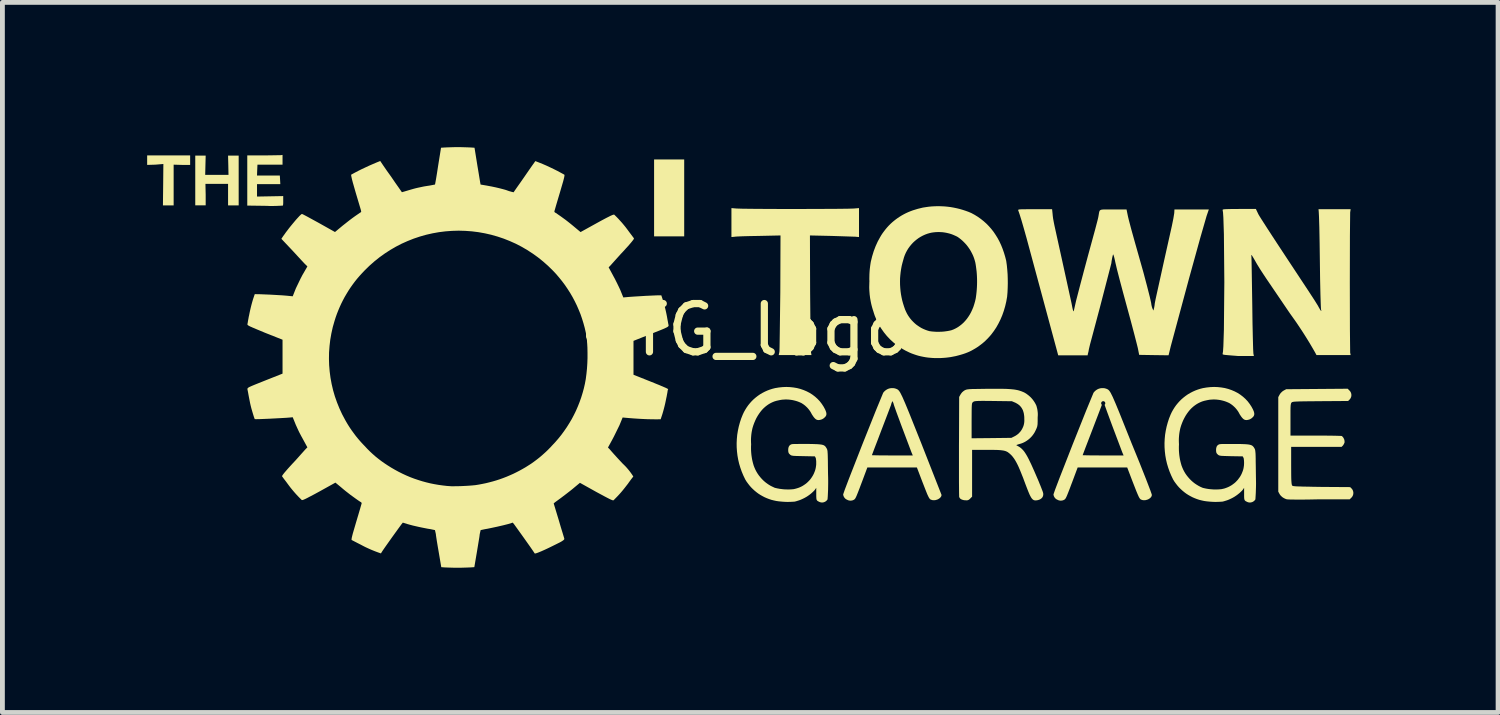
<source format=kicad_pcb>
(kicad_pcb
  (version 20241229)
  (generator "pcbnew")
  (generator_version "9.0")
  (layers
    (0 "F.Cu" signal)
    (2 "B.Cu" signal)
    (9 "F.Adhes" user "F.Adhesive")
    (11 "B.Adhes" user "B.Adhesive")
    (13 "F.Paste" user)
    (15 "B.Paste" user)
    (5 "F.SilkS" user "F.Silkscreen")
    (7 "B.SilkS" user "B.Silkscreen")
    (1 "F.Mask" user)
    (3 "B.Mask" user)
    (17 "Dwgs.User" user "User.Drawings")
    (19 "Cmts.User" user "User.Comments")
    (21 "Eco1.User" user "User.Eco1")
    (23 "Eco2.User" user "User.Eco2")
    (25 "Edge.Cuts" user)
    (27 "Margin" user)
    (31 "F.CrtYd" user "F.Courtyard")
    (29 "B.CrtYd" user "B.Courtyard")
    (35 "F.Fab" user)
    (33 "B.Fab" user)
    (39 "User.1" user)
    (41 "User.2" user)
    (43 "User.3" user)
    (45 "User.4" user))
  (footprint "OTG_logo"
    (layer "F.Cu")
    (at 12.387 4.287)
    (property "Reference" "OTG_logo" (at 0 -0.5 0) (unlocked yes) (layer "F.SilkS") (effects (font (size 1 1) (thickness 0.15))))
    (attr board_only exclude_from_pos_files exclude_from_bom)
    (fp_poly (pts (xy -1.256 -2.438) (xy -1.88 -2.438) (xy -1.88 -4.032) (xy -1.256 -4.032)) (stroke (width 0) (type solid)) (fill yes) (layer "F.SilkS"))
    (fp_poly (pts (xy -11.496 -3.919) (xy -11.665 -3.919) (xy -11.838 -3.924) (xy -11.838 -3.08) (xy -12.06 -3.08) (xy -12.055 -3.507) (xy -12.051 -3.938) (xy -12.219 -3.924) (xy -12.387 -3.919) (xy -12.387 -4.116) (xy -11.496 -4.116)) (stroke (width 0) (type solid)) (fill yes) (layer "F.SilkS"))
    (fp_poly (pts (xy -11.179 -3.915) (xy -11.184 -3.713) (xy -10.701 -3.713) (xy -10.705 -3.915) (xy -10.71 -4.112) (xy -10.49 -4.112) (xy -10.49 -3.08) (xy -10.71 -3.08) (xy -10.71 -3.526) (xy -11.179 -3.526) (xy -11.174 -3.301) (xy -11.174 -3.081) (xy -11.39 -3.081) (xy -11.39 -4.112) (xy -11.174 -4.112)) (stroke (width 0) (type solid)) (fill yes) (layer "F.SilkS"))
    (fp_poly (pts (xy 2.367 -2.424) (xy 2.311 -2.429) (xy 2.291 -2.431) (xy 2.255 -2.432) (xy 2.14 -2.436) (xy 1.8 -2.447) (xy 1.35 -2.457) (xy 1.354 -1.266) (xy 1.362 -0.41) (xy 1.367 -0.14) (xy 1.37 -0.062) (xy 1.373 -0.029) (xy 1.382 0.022) (xy 0.703 0.022) (xy 0.717 -0.043) (xy 0.719 -0.079) (xy 0.721 -0.16) (xy 0.725 -0.433) (xy 0.736 -1.28) (xy 0.74 -2.457) (xy 0.29 -2.447) (xy 0.111 -2.444) (xy -0.044 -2.44) (xy -0.16 -2.435) (xy -0.198 -2.432) (xy -0.22 -2.429) (xy -0.277 -2.424) (xy -0.277 -3.024) (xy -0.169 -3.015) (xy -0.041 -3.011) (xy 0.231 -3.008) (xy 0.606 -3.006) (xy 1.045 -3.005) (xy 1.86 -3.008) (xy 2.131 -3.011) (xy 2.259 -3.015) (xy 2.367 -3.024)) (stroke (width 0) (type solid)) (fill yes) (layer "F.SilkS"))
    (fp_poly (pts (xy -9.581 -3.924) (xy -10.101 -3.924) (xy -10.106 -3.811) (xy -10.11 -3.699) (xy -9.637 -3.699) (xy -9.632 -3.61) (xy -9.627 -3.521) (xy -10.11 -3.521) (xy -10.11 -3.263) (xy -9.838 -3.268) (xy -9.567 -3.273) (xy -9.567 -3.17) (xy -9.567 -3.149) (xy -9.567 -3.13) (xy -9.568 -3.113) (xy -9.569 -3.098) (xy -9.571 -3.087) (xy -9.572 -3.082) (xy -9.572 -3.079) (xy -9.573 -3.076) (xy -9.574 -3.075) (xy -9.575 -3.075) (xy -9.575 -3.075) (xy -9.576 -3.076) (xy -9.622 -3.073) (xy -9.668 -3.071) (xy -9.715 -3.069) (xy -9.761 -3.068) (xy -9.807 -3.068) (xy -9.854 -3.068) (xy -9.9 -3.07) (xy -9.946 -3.071) (xy -9.946 -3.071) (xy -10.312 -3.076) (xy -10.312 -4.116) (xy -9.984 -4.116) (xy -9.852 -4.117) (xy -9.74 -4.119) (xy -9.618 -4.121) (xy -9.581 -4.126)) (stroke (width 0) (type solid)) (fill yes) (layer "F.SilkS"))
    (fp_poly (pts (xy 10.644 -2.898) (xy 10.666 -2.86) (xy 10.708 -2.793) (xy 10.844 -2.581) (xy 11.032 -2.293) (xy 11.254 -1.956) (xy 11.666 -1.332) (xy 11.807 -1.116) (xy 11.877 -1.004) (xy 11.898 -0.965) (xy 11.916 -0.934) (xy 11.923 -0.921) (xy 11.93 -0.911) (xy 11.935 -0.903) (xy 11.94 -0.898) (xy 11.944 -0.894) (xy 11.945 -0.893) (xy 11.946 -0.892) (xy 11.947 -0.892) (xy 11.948 -0.892) (xy 11.949 -0.893) (xy 11.949 -0.895) (xy 11.949 -0.899) (xy 11.948 -0.906) (xy 11.946 -0.914) (xy 11.943 -0.924) (xy 11.941 -0.951) (xy 11.938 -1.014) (xy 11.931 -1.232) (xy 11.924 -1.546) (xy 11.919 -1.923) (xy 11.914 -2.301) (xy 11.908 -2.62) (xy 11.901 -2.846) (xy 11.896 -2.945) (xy 11.891 -3.001) (xy 12.557 -3.001) (xy 12.547 -2.935) (xy 12.542 -2.453) (xy 12.54 -1.475) (xy 12.542 -0.5) (xy 12.547 -0.029) (xy 12.557 0.022) (xy 11.849 0.022) (xy 11.816 -0.039) (xy 11.756 -0.143) (xy 11.695 -0.246) (xy 11.632 -0.348) (xy 11.568 -0.449) (xy 11.502 -0.549) (xy 11.435 -0.649) (xy 11.366 -0.747) (xy 11.296 -0.845) (xy 10.809 -1.562) (xy 10.746 -1.657) (xy 10.681 -1.757) (xy 10.623 -1.851) (xy 10.599 -1.892) (xy 10.579 -1.928) (xy 10.554 -1.971) (xy 10.534 -2.005) (xy 10.519 -2.029) (xy 10.514 -2.038) (xy 10.509 -2.044) (xy 10.505 -2.049) (xy 10.503 -2.051) (xy 10.501 -2.052) (xy 10.501 -2.052) (xy 10.5 -2.052) (xy 10.499 -2.051) (xy 10.498 -2.048) (xy 10.498 -2.044) (xy 10.499 -2.038) (xy 10.499 -2.031) (xy 10.501 -2.001) (xy 10.503 -1.934) (xy 10.507 -1.711) (xy 10.518 -1.018) (xy 10.523 -0.643) (xy 10.53 -0.327) (xy 10.536 -0.104) (xy 10.541 -0.011) (xy 10.551 0.041) (xy 10.218 0.041) (xy 10.043 0.027) (xy 9.986 0.022) (xy 9.947 0.018) (xy 9.921 0.013) (xy 9.913 0.011) (xy 9.908 0.008) (xy 9.904 0.005) (xy 9.903 0.002) (xy 9.903 -0.002) (xy 9.904 -0.006) (xy 9.904 -0.006) (xy 9.912 -0.056) (xy 9.919 -0.161) (xy 9.93 -0.502) (xy 9.939 -1.492) (xy 9.93 -2.483) (xy 9.919 -2.825) (xy 9.912 -2.931) (xy 9.904 -2.982) (xy 9.903 -2.984) (xy 9.903 -2.985) (xy 9.903 -2.985) (xy 9.903 -2.986) (xy 9.904 -2.987) (xy 9.904 -2.988) (xy 9.904 -2.988) (xy 9.904 -2.989) (xy 9.905 -2.99) (xy 9.906 -2.991) (xy 9.906 -2.991) (xy 9.907 -2.992) (xy 9.908 -2.992) (xy 9.909 -2.993) (xy 9.91 -2.994) (xy 9.912 -2.994) (xy 9.913 -2.995) (xy 9.915 -2.995) (xy 9.917 -2.996) (xy 9.921 -2.997) (xy 9.926 -2.998) (xy 9.931 -2.999) (xy 9.938 -2.999) (xy 9.945 -3) (xy 9.953 -3.001) (xy 9.962 -3.001) (xy 9.972 -3.002) (xy 9.983 -3.003) (xy 9.995 -3.003) (xy 10.008 -3.003) (xy 10.023 -3.004) (xy 10.039 -3.004) (xy 10.055 -3.004) (xy 10.074 -3.005) (xy 10.093 -3.005) (xy 10.136 -3.005) (xy 10.186 -3.005) (xy 10.241 -3.006) (xy 10.593 -3.006)) (stroke (width 0) (type solid)) (fill yes) (layer "F.SilkS"))
    (fp_poly (pts (xy 3.08 0.708) (xy 3.098 0.71) (xy 3.117 0.715) (xy 3.136 0.721) (xy 3.165 0.734) (xy 3.178 0.744) (xy 3.192 0.758) (xy 3.207 0.778) (xy 3.224 0.805) (xy 3.266 0.889) (xy 3.324 1.022) (xy 3.405 1.218) (xy 3.656 1.846) (xy 3.656 1.846) (xy 4.077 2.919) (xy 4.077 2.926) (xy 4.076 2.933) (xy 4.074 2.939) (xy 4.072 2.946) (xy 4.069 2.953) (xy 4.065 2.959) (xy 4.061 2.965) (xy 4.056 2.971) (xy 4.051 2.977) (xy 4.046 2.982) (xy 4.039 2.988) (xy 4.033 2.993) (xy 4.019 3.002) (xy 4.004 3.011) (xy 3.987 3.018) (xy 3.97 3.023) (xy 3.953 3.028) (xy 3.935 3.03) (xy 3.926 3.031) (xy 3.917 3.031) (xy 3.909 3.031) (xy 3.9 3.03) (xy 3.891 3.029) (xy 3.883 3.027) (xy 3.875 3.025) (xy 3.867 3.022) (xy 3.858 3.019) (xy 3.85 3.016) (xy 3.843 3.011) (xy 3.836 3.005) (xy 3.829 2.996) (xy 3.821 2.985) (xy 3.813 2.971) (xy 3.804 2.954) (xy 3.782 2.907) (xy 3.755 2.84) (xy 3.674 2.633) (xy 3.567 2.352) (xy 2.54 2.352) (xy 2.456 2.577) (xy 2.428 2.652) (xy 2.403 2.717) (xy 2.382 2.774) (xy 2.363 2.823) (xy 2.347 2.864) (xy 2.34 2.882) (xy 2.333 2.899) (xy 2.327 2.914) (xy 2.322 2.927) (xy 2.316 2.94) (xy 2.312 2.95) (xy 2.307 2.96) (xy 2.303 2.969) (xy 2.299 2.976) (xy 2.296 2.983) (xy 2.292 2.989) (xy 2.289 2.994) (xy 2.286 2.999) (xy 2.283 3.002) (xy 2.28 3.006) (xy 2.277 3.009) (xy 2.274 3.011) (xy 2.272 3.014) (xy 2.269 3.016) (xy 2.266 3.018) (xy 2.259 3.022) (xy 2.251 3.026) (xy 2.243 3.03) (xy 2.234 3.033) (xy 2.226 3.035) (xy 2.217 3.037) (xy 2.208 3.038) (xy 2.2 3.039) (xy 2.191 3.04) (xy 2.182 3.039) (xy 2.173 3.038) (xy 2.165 3.037) (xy 2.156 3.035) (xy 2.148 3.033) (xy 2.139 3.03) (xy 2.131 3.026) (xy 2.123 3.022) (xy 2.114 3.018) (xy 2.106 3.014) (xy 2.098 3.009) (xy 2.091 3.004) (xy 2.083 2.998) (xy 2.077 2.992) (xy 2.071 2.985) (xy 2.065 2.978) (xy 2.06 2.97) (xy 2.055 2.962) (xy 2.051 2.954) (xy 2.047 2.946) (xy 2.044 2.937) (xy 2.042 2.928) (xy 2.04 2.919) (xy 2.039 2.909) (xy 2.072 2.813) (xy 2.16 2.581) (xy 2.349 2.098) (xy 2.634 2.098) (xy 2.756 2.101) (xy 2.889 2.102) (xy 3.051 2.103) (xy 3.482 2.103) (xy 3.454 2.037) (xy 3.243 1.477) (xy 3.14 1.198) (xy 3.089 1.053) (xy 3.088 1.048) (xy 3.087 1.043) (xy 3.086 1.038) (xy 3.084 1.033) (xy 3.083 1.028) (xy 3.081 1.024) (xy 3.08 1.019) (xy 3.078 1.014) (xy 3.076 1.009) (xy 3.074 1.005) (xy 3.072 1) (xy 3.07 0.996) (xy 3.068 0.991) (xy 3.066 0.987) (xy 3.063 0.982) (xy 3.06 0.978) (xy 3.058 0.982) (xy 3.055 0.987) (xy 3.053 0.991) (xy 3.051 0.996) (xy 3.049 1) (xy 3.047 1.005) (xy 3.045 1.009) (xy 3.043 1.014) (xy 3.041 1.019) (xy 3.039 1.024) (xy 3.038 1.028) (xy 3.037 1.033) (xy 3.035 1.038) (xy 3.034 1.043) (xy 3.033 1.048) (xy 3.032 1.053) (xy 2.96 1.243) (xy 2.821 1.606) (xy 2.749 1.796) (xy 2.689 1.952) (xy 2.634 2.098) (xy 2.349 2.098) (xy 2.432 1.885) (xy 2.715 1.176) (xy 2.868 0.805) (xy 2.88 0.789) (xy 2.893 0.775) (xy 2.907 0.762) (xy 2.921 0.751) (xy 2.937 0.74) (xy 2.953 0.731) (xy 2.97 0.723) (xy 2.987 0.717) (xy 3.005 0.712) (xy 3.024 0.709) (xy 3.042 0.707) (xy 3.061 0.707)) (stroke (width 0) (type solid)) (fill yes) (layer "F.SilkS"))
    (fp_poly (pts (xy 6.379 -2.907) (xy 6.381 -2.884) (xy 6.383 -2.862) (xy 6.386 -2.839) (xy 6.389 -2.814) (xy 6.394 -2.786) (xy 6.4 -2.754) (xy 6.407 -2.716) (xy 6.416 -2.672) (xy 6.441 -2.558) (xy 6.475 -2.403) (xy 6.58 -1.927) (xy 6.772 -1.051) (xy 6.781 -1.005) (xy 6.788 -0.967) (xy 6.795 -0.936) (xy 6.801 -0.913) (xy 6.804 -0.904) (xy 6.807 -0.897) (xy 6.809 -0.891) (xy 6.811 -0.888) (xy 6.814 -0.886) (xy 6.815 -0.886) (xy 6.816 -0.886) (xy 6.818 -0.888) (xy 6.819 -0.891) (xy 6.825 -0.92) (xy 6.836 -0.969) (xy 6.85 -1.031) (xy 6.866 -1.102) (xy 6.955 -1.444) (xy 7.028 -1.72) (xy 7.11 -2.026) (xy 7.261 -2.579) (xy 7.31 -2.766) (xy 7.324 -2.824) (xy 7.33 -2.855) (xy 7.339 -2.907) (xy 7.342 -2.927) (xy 7.346 -2.944) (xy 7.348 -2.952) (xy 7.35 -2.958) (xy 7.353 -2.964) (xy 7.356 -2.97) (xy 7.36 -2.974) (xy 7.364 -2.979) (xy 7.37 -2.982) (xy 7.375 -2.985) (xy 7.382 -2.988) (xy 7.39 -2.99) (xy 7.398 -2.992) (xy 7.408 -2.993) (xy 7.419 -2.994) (xy 7.431 -2.995) (xy 7.459 -2.996) (xy 7.493 -2.996) (xy 7.533 -2.996) (xy 7.635 -2.996) (xy 7.912 -2.996) (xy 7.935 -2.883) (xy 7.943 -2.845) (xy 7.959 -2.779) (xy 8.012 -2.578) (xy 8.087 -2.309) (xy 8.174 -2.002) (xy 8.262 -1.691) (xy 8.337 -1.408) (xy 8.393 -1.188) (xy 8.422 -1.06) (xy 8.423 -1.05) (xy 8.425 -1.039) (xy 8.426 -1.029) (xy 8.428 -1.019) (xy 8.43 -1.008) (xy 8.432 -0.998) (xy 8.435 -0.988) (xy 8.437 -0.978) (xy 8.44 -0.968) (xy 8.444 -0.958) (xy 8.447 -0.948) (xy 8.451 -0.939) (xy 8.455 -0.929) (xy 8.46 -0.92) (xy 8.464 -0.91) (xy 8.469 -0.901) (xy 8.474 -0.919) (xy 8.479 -0.937) (xy 8.483 -0.955) (xy 8.487 -0.973) (xy 8.49 -0.991) (xy 8.493 -1.009) (xy 8.495 -1.028) (xy 8.497 -1.046) (xy 8.505 -1.089) (xy 8.519 -1.158) (xy 8.564 -1.361) (xy 8.623 -1.628) (xy 8.69 -1.932) (xy 8.851 -2.652) (xy 8.883 -2.81) (xy 8.901 -2.921) (xy 8.905 -2.996) (xy 9.618 -2.996) (xy 9.571 -2.86) (xy 9.444 -2.42) (xy 9.209 -1.571) (xy 8.83 -0.165) (xy 8.783 0.027) (xy 8.479 0.023) (xy 8.174 0.018) (xy 8.146 -0.123) (xy 8.118 -0.235) (xy 8.067 -0.433) (xy 7.999 -0.69) (xy 7.921 -0.976) (xy 7.842 -1.267) (xy 7.77 -1.537) (xy 7.714 -1.754) (xy 7.682 -1.89) (xy 7.672 -1.937) (xy 7.663 -1.977) (xy 7.655 -2.009) (xy 7.648 -2.034) (xy 7.641 -2.051) (xy 7.639 -2.057) (xy 7.637 -2.061) (xy 7.635 -2.063) (xy 7.634 -2.063) (xy 7.633 -2.063) (xy 7.632 -2.062) (xy 7.631 -2.058) (xy 7.625 -2.037) (xy 7.62 -2.015) (xy 7.615 -1.994) (xy 7.611 -1.972) (xy 7.607 -1.95) (xy 7.603 -1.929) (xy 7.6 -1.907) (xy 7.598 -1.885) (xy 7.568 -1.767) (xy 7.513 -1.555) (xy 7.359 -0.961) (xy 7.206 -0.387) (xy 7.155 -0.197) (xy 7.134 -0.108) (xy 7.131 -0.095) (xy 7.129 -0.081) (xy 7.126 -0.068) (xy 7.124 -0.054) (xy 7.121 -0.041) (xy 7.117 -0.027) (xy 7.114 -0.014) (xy 7.11 -0.001) (xy 7.106 0.028) (xy 6.496 0.028) (xy 6.468 -0.076) (xy 5.84 -2.401) (xy 5.784 -2.6) (xy 5.736 -2.766) (xy 5.696 -2.894) (xy 5.68 -2.941) (xy 5.667 -2.977) (xy 5.666 -2.979) (xy 5.666 -2.981) (xy 5.666 -2.982) (xy 5.666 -2.983) (xy 5.666 -2.984) (xy 5.666 -2.985) (xy 5.667 -2.986) (xy 5.667 -2.987) (xy 5.667 -2.987) (xy 5.668 -2.988) (xy 5.669 -2.989) (xy 5.669 -2.99) (xy 5.67 -2.99) (xy 5.671 -2.991) (xy 5.673 -2.991) (xy 5.674 -2.992) (xy 5.675 -2.993) (xy 5.677 -2.993) (xy 5.679 -2.994) (xy 5.681 -2.994) (xy 5.683 -2.995) (xy 5.685 -2.995) (xy 5.688 -2.995) (xy 5.691 -2.996) (xy 5.697 -2.997) (xy 5.704 -2.997) (xy 5.712 -2.998) (xy 5.721 -2.998) (xy 5.731 -2.999) (xy 5.742 -2.999) (xy 5.754 -3) (xy 5.768 -3) (xy 5.782 -3) (xy 5.799 -3) (xy 5.816 -3) (xy 5.855 -3.001) (xy 5.901 -3.001) (xy 6.013 -3.001) (xy 6.369 -3.001)) (stroke (width 0) (type solid)) (fill yes) (layer "F.SilkS"))
    (fp_poly (pts (xy 12.533 0.758) (xy 12.538 0.763) (xy 12.542 0.768) (xy 12.546 0.773) (xy 12.55 0.778) (xy 12.553 0.783) (xy 12.556 0.789) (xy 12.559 0.794) (xy 12.562 0.8) (xy 12.564 0.806) (xy 12.566 0.812) (xy 12.568 0.818) (xy 12.569 0.824) (xy 12.571 0.83) (xy 12.571 0.836) (xy 12.572 0.842) (xy 12.572 0.848) (xy 12.572 0.855) (xy 12.572 0.861) (xy 12.572 0.867) (xy 12.571 0.873) (xy 12.57 0.879) (xy 12.568 0.885) (xy 12.566 0.891) (xy 12.564 0.897) (xy 12.562 0.903) (xy 12.559 0.909) (xy 12.557 0.914) (xy 12.553 0.92) (xy 12.55 0.925) (xy 12.546 0.931) (xy 12.542 0.936) (xy 12.538 0.941) (xy 12.505 0.974) (xy 11.929 0.978) (xy 11.604 0.981) (xy 11.501 0.983) (xy 11.428 0.986) (xy 11.381 0.989) (xy 11.352 0.995) (xy 11.343 0.998) (xy 11.337 1.002) (xy 11.329 1.011) (xy 11.327 1.014) (xy 11.325 1.017) (xy 11.324 1.02) (xy 11.322 1.023) (xy 11.321 1.027) (xy 11.32 1.031) (xy 11.318 1.041) (xy 11.316 1.052) (xy 11.314 1.065) (xy 11.313 1.081) (xy 11.312 1.099) (xy 11.311 1.12) (xy 11.311 1.143) (xy 11.31 1.17) (xy 11.31 1.201) (xy 11.31 1.273) (xy 11.31 1.363) (xy 11.31 1.691) (xy 11.83 1.691) (xy 12.059 1.692) (xy 12.225 1.694) (xy 12.329 1.697) (xy 12.359 1.698) (xy 12.374 1.7) (xy 12.381 1.707) (xy 12.388 1.713) (xy 12.395 1.72) (xy 12.401 1.728) (xy 12.406 1.736) (xy 12.411 1.744) (xy 12.415 1.752) (xy 12.419 1.761) (xy 12.423 1.77) (xy 12.426 1.779) (xy 12.428 1.788) (xy 12.429 1.798) (xy 12.43 1.807) (xy 12.431 1.817) (xy 12.431 1.826) (xy 12.43 1.836) (xy 12.427 1.844) (xy 12.423 1.852) (xy 12.42 1.86) (xy 12.416 1.868) (xy 12.411 1.875) (xy 12.407 1.883) (xy 12.402 1.89) (xy 12.397 1.897) (xy 12.369 1.925) (xy 11.324 1.925) (xy 11.324 2.31) (xy 11.325 2.501) (xy 11.326 2.57) (xy 11.328 2.623) (xy 11.331 2.663) (xy 11.334 2.691) (xy 11.338 2.71) (xy 11.34 2.717) (xy 11.343 2.722) (xy 11.344 2.724) (xy 11.345 2.726) (xy 11.346 2.727) (xy 11.346 2.728) (xy 11.347 2.729) (xy 11.348 2.73) (xy 11.35 2.731) (xy 11.351 2.731) (xy 11.353 2.732) (xy 11.354 2.733) (xy 11.358 2.734) (xy 11.363 2.736) (xy 11.368 2.737) (xy 11.375 2.738) (xy 11.383 2.739) (xy 11.391 2.74) (xy 11.401 2.741) (xy 11.413 2.742) (xy 11.426 2.743) (xy 11.44 2.744) (xy 11.456 2.744) (xy 11.474 2.745) (xy 11.515 2.746) (xy 11.563 2.748) (xy 11.621 2.749) (xy 11.688 2.75) (xy 11.765 2.752) (xy 11.952 2.755) (xy 12.547 2.759) (xy 12.58 2.792) (xy 12.584 2.797) (xy 12.588 2.802) (xy 12.592 2.808) (xy 12.595 2.813) (xy 12.598 2.819) (xy 12.601 2.824) (xy 12.603 2.83) (xy 12.605 2.836) (xy 12.607 2.842) (xy 12.609 2.848) (xy 12.61 2.854) (xy 12.611 2.86) (xy 12.612 2.866) (xy 12.613 2.872) (xy 12.613 2.878) (xy 12.613 2.884) (xy 12.612 2.891) (xy 12.612 2.897) (xy 12.611 2.903) (xy 12.61 2.909) (xy 12.609 2.915) (xy 12.607 2.921) (xy 12.605 2.927) (xy 12.603 2.932) (xy 12.6 2.938) (xy 12.598 2.944) (xy 12.594 2.949) (xy 12.591 2.955) (xy 12.588 2.96) (xy 12.584 2.965) (xy 12.58 2.97) (xy 12.575 2.975) (xy 12.538 3.012) (xy 11.91 3.012) (xy 11.659 3.017) (xy 11.45 3.018) (xy 11.303 3.016) (xy 11.259 3.014) (xy 11.239 3.012) (xy 11.24 3.013) (xy 11.228 3.01) (xy 11.216 3.006) (xy 11.205 3.002) (xy 11.194 2.997) (xy 11.183 2.992) (xy 11.172 2.986) (xy 11.162 2.98) (xy 11.152 2.974) (xy 11.142 2.967) (xy 11.133 2.959) (xy 11.124 2.951) (xy 11.115 2.943) (xy 11.107 2.934) (xy 11.099 2.925) (xy 11.092 2.915) (xy 11.085 2.905) (xy 11.057 2.853) (xy 11.057 0.894) (xy 11.085 0.842) (xy 11.089 0.836) (xy 11.093 0.829) (xy 11.097 0.823) (xy 11.102 0.817) (xy 11.107 0.811) (xy 11.111 0.806) (xy 11.117 0.8) (xy 11.122 0.795) (xy 11.127 0.79) (xy 11.133 0.784) (xy 11.138 0.78) (xy 11.144 0.775) (xy 11.15 0.77) (xy 11.156 0.766) (xy 11.163 0.762) (xy 11.169 0.758) (xy 11.221 0.73) (xy 11.858 0.725) (xy 12.496 0.72)) (stroke (width 0) (type solid)) (fill yes) (layer "F.SilkS"))
    (fp_poly (pts (xy 7.439 0.708) (xy 7.457 0.71) (xy 7.476 0.715) (xy 7.495 0.721) (xy 7.524 0.734) (xy 7.537 0.744) (xy 7.551 0.758) (xy 7.566 0.778) (xy 7.583 0.805) (xy 7.625 0.889) (xy 7.683 1.022) (xy 7.764 1.218) (xy 8.015 1.846) (xy 8.015 1.846) (xy 8.1 2.054) (xy 8.18 2.25) (xy 8.314 2.588) (xy 8.404 2.823) (xy 8.428 2.891) (xy 8.434 2.91) (xy 8.436 2.919) (xy 8.436 2.926) (xy 8.435 2.933) (xy 8.433 2.939) (xy 8.431 2.946) (xy 8.428 2.953) (xy 8.424 2.959) (xy 8.42 2.965) (xy 8.415 2.971) (xy 8.41 2.977) (xy 8.405 2.982) (xy 8.398 2.988) (xy 8.392 2.993) (xy 8.378 3.002) (xy 8.363 3.011) (xy 8.346 3.018) (xy 8.329 3.023) (xy 8.312 3.028) (xy 8.294 3.03) (xy 8.285 3.031) (xy 8.276 3.031) (xy 8.268 3.031) (xy 8.259 3.03) (xy 8.25 3.029) (xy 8.242 3.027) (xy 8.234 3.025) (xy 8.226 3.022) (xy 8.217 3.019) (xy 8.209 3.016) (xy 8.202 3.011) (xy 8.195 3.005) (xy 8.188 2.996) (xy 8.18 2.985) (xy 8.172 2.971) (xy 8.163 2.954) (xy 8.142 2.907) (xy 8.114 2.84) (xy 8.033 2.633) (xy 7.926 2.352) (xy 6.899 2.352) (xy 6.815 2.577) (xy 6.787 2.652) (xy 6.762 2.717) (xy 6.741 2.774) (xy 6.722 2.823) (xy 6.706 2.864) (xy 6.699 2.882) (xy 6.692 2.899) (xy 6.686 2.914) (xy 6.681 2.927) (xy 6.675 2.94) (xy 6.671 2.95) (xy 6.666 2.96) (xy 6.662 2.969) (xy 6.658 2.976) (xy 6.655 2.983) (xy 6.651 2.989) (xy 6.648 2.994) (xy 6.645 2.999) (xy 6.642 3.002) (xy 6.639 3.006) (xy 6.636 3.009) (xy 6.634 3.011) (xy 6.631 3.014) (xy 6.628 3.016) (xy 6.625 3.018) (xy 6.618 3.022) (xy 6.61 3.026) (xy 6.602 3.03) (xy 6.593 3.033) (xy 6.585 3.035) (xy 6.576 3.037) (xy 6.567 3.038) (xy 6.559 3.039) (xy 6.55 3.04) (xy 6.541 3.039) (xy 6.532 3.038) (xy 6.524 3.037) (xy 6.515 3.035) (xy 6.507 3.033) (xy 6.498 3.03) (xy 6.49 3.026) (xy 6.482 3.022) (xy 6.473 3.018) (xy 6.465 3.014) (xy 6.457 3.009) (xy 6.45 3.004) (xy 6.442 2.998) (xy 6.436 2.992) (xy 6.43 2.985) (xy 6.424 2.978) (xy 6.419 2.97) (xy 6.414 2.962) (xy 6.41 2.954) (xy 6.406 2.946) (xy 6.403 2.937) (xy 6.401 2.928) (xy 6.399 2.919) (xy 6.398 2.909) (xy 6.431 2.813) (xy 6.519 2.581) (xy 6.708 2.098) (xy 7.002 2.098) (xy 7.125 2.101) (xy 7.258 2.102) (xy 7.42 2.103) (xy 7.851 2.103) (xy 7.823 2.037) (xy 7.612 1.477) (xy 7.509 1.198) (xy 7.457 1.053) (xy 7.459 1.051) (xy 7.462 1.048) (xy 7.464 1.046) (xy 7.465 1.043) (xy 7.467 1.04) (xy 7.468 1.037) (xy 7.469 1.034) (xy 7.47 1.031) (xy 7.471 1.028) (xy 7.471 1.025) (xy 7.472 1.022) (xy 7.472 1.019) (xy 7.471 1.015) (xy 7.471 1.012) (xy 7.47 1.009) (xy 7.469 1.006) (xy 7.468 1.003) (xy 7.466 1) (xy 7.464 0.997) (xy 7.463 0.994) (xy 7.46 0.992) (xy 7.458 0.99) (xy 7.456 0.988) (xy 7.453 0.986) (xy 7.451 0.984) (xy 7.448 0.982) (xy 7.445 0.981) (xy 7.442 0.98) (xy 7.439 0.979) (xy 7.436 0.979) (xy 7.432 0.978) (xy 7.429 0.978) (xy 7.427 0.978) (xy 7.426 0.978) (xy 7.424 0.978) (xy 7.422 0.979) (xy 7.421 0.979) (xy 7.419 0.979) (xy 7.418 0.98) (xy 7.416 0.98) (xy 7.415 0.981) (xy 7.413 0.981) (xy 7.412 0.982) (xy 7.41 0.982) (xy 7.409 0.983) (xy 7.407 0.984) (xy 7.406 0.985) (xy 7.405 0.986) (xy 7.403 0.987) (xy 7.402 0.988) (xy 7.401 0.989) (xy 7.4 0.99) (xy 7.398 0.991) (xy 7.397 0.992) (xy 7.396 0.993) (xy 7.395 0.994) (xy 7.394 0.996) (xy 7.393 0.997) (xy 7.393 0.998) (xy 7.392 1) (xy 7.391 1.001) (xy 7.39 1.003) (xy 7.39 1.004) (xy 7.389 1.006) (xy 7.388 1.007) (xy 7.388 1.009) (xy 7.387 1.011) (xy 7.387 1.012) (xy 7.387 1.014) (xy 7.387 1.015) (xy 7.386 1.017) (xy 7.386 1.019) (xy 7.386 1.022) (xy 7.386 1.025) (xy 7.387 1.028) (xy 7.387 1.031) (xy 7.388 1.034) (xy 7.389 1.037) (xy 7.391 1.04) (xy 7.392 1.043) (xy 7.393 1.044) (xy 7.394 1.046) (xy 7.395 1.047) (xy 7.396 1.048) (xy 7.397 1.05) (xy 7.398 1.051) (xy 7.4 1.052) (xy 7.401 1.053) (xy 7.329 1.243) (xy 7.19 1.606) (xy 7.117 1.796) (xy 7.057 1.952) (xy 7.002 2.098) (xy 6.708 2.098) (xy 6.791 1.885) (xy 7.074 1.176) (xy 7.227 0.805) (xy 7.239 0.789) (xy 7.252 0.775) (xy 7.266 0.762) (xy 7.28 0.751) (xy 7.296 0.74) (xy 7.312 0.731) (xy 7.329 0.723) (xy 7.347 0.717) (xy 7.364 0.712) (xy 7.383 0.709) (xy 7.401 0.707) (xy 7.42 0.707)) (stroke (width 0) (type solid)) (fill yes) (layer "F.SilkS"))
    (fp_poly (pts (xy 4.073 -3.062) (xy 4.137 -3.059) (xy 4.201 -3.053) (xy 4.265 -3.045) (xy 4.328 -3.034) (xy 4.391 -3.021) (xy 4.453 -3.006) (xy 4.515 -2.988) (xy 4.576 -2.968) (xy 4.637 -2.946) (xy 4.696 -2.921) (xy 4.764 -2.884) (xy 4.829 -2.844) (xy 4.891 -2.8) (xy 4.95 -2.753) (xy 5.006 -2.703) (xy 5.059 -2.649) (xy 5.109 -2.592) (xy 5.156 -2.532) (xy 5.199 -2.468) (xy 5.24 -2.402) (xy 5.278 -2.331) (xy 5.312 -2.258) (xy 5.343 -2.181) (xy 5.371 -2.101) (xy 5.396 -2.018) (xy 5.418 -1.932) (xy 5.418 -1.932) (xy 5.431 -1.839) (xy 5.44 -1.746) (xy 5.447 -1.653) (xy 5.45 -1.56) (xy 5.451 -1.467) (xy 5.449 -1.373) (xy 5.445 -1.28) (xy 5.437 -1.187) (xy 5.419 -1.086) (xy 5.396 -0.988) (xy 5.368 -0.893) (xy 5.336 -0.802) (xy 5.299 -0.715) (xy 5.258 -0.632) (xy 5.213 -0.552) (xy 5.163 -0.477) (xy 5.136 -0.441) (xy 5.109 -0.405) (xy 5.08 -0.371) (xy 5.051 -0.339) (xy 5.02 -0.307) (xy 4.989 -0.276) (xy 4.956 -0.246) (xy 4.923 -0.218) (xy 4.888 -0.191) (xy 4.853 -0.165) (xy 4.817 -0.14) (xy 4.779 -0.116) (xy 4.741 -0.094) (xy 4.702 -0.072) (xy 4.662 -0.052) (xy 4.621 -0.034) (xy 4.572 -0.015) (xy 4.522 0.002) (xy 4.472 0.017) (xy 4.421 0.031) (xy 4.37 0.044) (xy 4.319 0.054) (xy 4.267 0.064) (xy 4.216 0.071) (xy 4.164 0.077) (xy 4.111 0.081) (xy 4.059 0.084) (xy 4.007 0.085) (xy 3.954 0.085) (xy 3.901 0.083) (xy 3.849 0.079) (xy 3.796 0.074) (xy 3.746 0.067) (xy 3.697 0.058) (xy 3.648 0.048) (xy 3.599 0.036) (xy 3.552 0.022) (xy 3.505 0.006) (xy 3.458 -0.011) (xy 3.413 -0.03) (xy 3.325 -0.073) (xy 3.24 -0.122) (xy 3.159 -0.177) (xy 3.083 -0.237) (xy 3.011 -0.303) (xy 2.944 -0.374) (xy 2.883 -0.449) (xy 2.826 -0.53) (xy 2.8 -0.571) (xy 2.776 -0.614) (xy 2.753 -0.658) (xy 2.731 -0.703) (xy 2.712 -0.749) (xy 2.693 -0.795) (xy 2.677 -0.843) (xy 2.662 -0.892) (xy 2.65 -0.928) (xy 2.639 -0.966) (xy 2.629 -1.003) (xy 2.62 -1.04) (xy 2.612 -1.078) (xy 2.605 -1.116) (xy 2.598 -1.154) (xy 2.593 -1.192) (xy 2.588 -1.231) (xy 2.585 -1.269) (xy 2.582 -1.308) (xy 2.58 -1.346) (xy 2.579 -1.385) (xy 2.58 -1.423) (xy 2.581 -1.462) (xy 2.582 -1.5) (xy 3.217 -1.5) (xy 3.218 -1.434) (xy 3.222 -1.369) (xy 3.228 -1.303) (xy 3.237 -1.238) (xy 3.249 -1.173) (xy 3.263 -1.109) (xy 3.281 -1.045) (xy 3.301 -0.982) (xy 3.323 -0.919) (xy 3.341 -0.879) (xy 3.36 -0.84) (xy 3.382 -0.802) (xy 3.406 -0.766) (xy 3.432 -0.731) (xy 3.46 -0.698) (xy 3.49 -0.667) (xy 3.521 -0.637) (xy 3.554 -0.609) (xy 3.589 -0.584) (xy 3.625 -0.56) (xy 3.662 -0.538) (xy 3.701 -0.519) (xy 3.741 -0.502) (xy 3.782 -0.487) (xy 3.825 -0.474) (xy 3.853 -0.47) (xy 3.882 -0.466) (xy 3.911 -0.464) (xy 3.94 -0.462) (xy 3.969 -0.46) (xy 3.998 -0.46) (xy 4.026 -0.46) (xy 4.055 -0.461) (xy 4.084 -0.462) (xy 4.113 -0.464) (xy 4.142 -0.467) (xy 4.17 -0.471) (xy 4.199 -0.475) (xy 4.227 -0.48) (xy 4.256 -0.486) (xy 4.284 -0.493) (xy 4.331 -0.511) (xy 4.376 -0.533) (xy 4.419 -0.558) (xy 4.46 -0.587) (xy 4.499 -0.618) (xy 4.537 -0.653) (xy 4.572 -0.691) (xy 4.605 -0.731) (xy 4.636 -0.775) (xy 4.665 -0.821) (xy 4.691 -0.869) (xy 4.715 -0.921) (xy 4.737 -0.974) (xy 4.755 -1.03) (xy 4.772 -1.088) (xy 4.786 -1.149) (xy 4.786 -1.149) (xy 4.786 -1.149) (xy 4.786 -1.149) (xy 4.786 -1.149) (xy 4.793 -1.196) (xy 4.799 -1.243) (xy 4.804 -1.29) (xy 4.808 -1.337) (xy 4.811 -1.385) (xy 4.813 -1.432) (xy 4.814 -1.479) (xy 4.814 -1.527) (xy 4.813 -1.574) (xy 4.811 -1.621) (xy 4.808 -1.669) (xy 4.804 -1.716) (xy 4.798 -1.763) (xy 4.792 -1.81) (xy 4.785 -1.857) (xy 4.776 -1.904) (xy 4.765 -1.943) (xy 4.753 -1.982) (xy 4.739 -2.02) (xy 4.723 -2.057) (xy 4.705 -2.093) (xy 4.686 -2.129) (xy 4.666 -2.163) (xy 4.643 -2.197) (xy 4.62 -2.229) (xy 4.595 -2.261) (xy 4.568 -2.291) (xy 4.54 -2.32) (xy 4.511 -2.348) (xy 4.48 -2.375) (xy 4.448 -2.4) (xy 4.415 -2.424) (xy 4.382 -2.442) (xy 4.348 -2.457) (xy 4.314 -2.472) (xy 4.279 -2.485) (xy 4.243 -2.496) (xy 4.207 -2.505) (xy 4.171 -2.513) (xy 4.135 -2.519) (xy 4.098 -2.524) (xy 4.061 -2.526) (xy 4.024 -2.528) (xy 3.987 -2.527) (xy 3.95 -2.525) (xy 3.913 -2.521) (xy 3.876 -2.516) (xy 3.839 -2.508) (xy 3.789 -2.494) (xy 3.74 -2.476) (xy 3.693 -2.455) (xy 3.648 -2.431) (xy 3.604 -2.404) (xy 3.563 -2.374) (xy 3.524 -2.342) (xy 3.487 -2.308) (xy 3.452 -2.27) (xy 3.42 -2.231) (xy 3.39 -2.19) (xy 3.363 -2.146) (xy 3.339 -2.101) (xy 3.318 -2.054) (xy 3.3 -2.005) (xy 3.286 -1.955) (xy 3.268 -1.891) (xy 3.252 -1.827) (xy 3.24 -1.762) (xy 3.23 -1.697) (xy 3.223 -1.631) (xy 3.218 -1.566) (xy 3.217 -1.5) (xy 2.582 -1.5) (xy 2.583 -1.501) (xy 2.581 -1.552) (xy 2.582 -1.603) (xy 2.583 -1.654) (xy 2.586 -1.705) (xy 2.59 -1.756) (xy 2.596 -1.807) (xy 2.603 -1.858) (xy 2.611 -1.909) (xy 2.639 -2.023) (xy 2.672 -2.131) (xy 2.711 -2.234) (xy 2.755 -2.331) (xy 2.805 -2.422) (xy 2.831 -2.466) (xy 2.859 -2.508) (xy 2.889 -2.548) (xy 2.919 -2.587) (xy 2.951 -2.625) (xy 2.984 -2.661) (xy 3.019 -2.696) (xy 3.055 -2.729) (xy 3.092 -2.76) (xy 3.13 -2.79) (xy 3.17 -2.819) (xy 3.211 -2.846) (xy 3.253 -2.872) (xy 3.296 -2.896) (xy 3.341 -2.919) (xy 3.387 -2.94) (xy 3.434 -2.959) (xy 3.482 -2.977) (xy 3.583 -3.008) (xy 3.689 -3.034) (xy 3.752 -3.044) (xy 3.816 -3.053) (xy 3.881 -3.059) (xy 3.945 -3.062) (xy 4.009 -3.064)) (stroke (width 0) (type solid)) (fill yes) (layer "F.SilkS"))
    (fp_poly (pts (xy 5.293 0.721) (xy 5.357 0.722) (xy 5.414 0.723) (xy 5.466 0.726) (xy 5.511 0.729) (xy 5.553 0.733) (xy 5.589 0.737) (xy 5.623 0.743) (xy 5.654 0.749) (xy 5.682 0.756) (xy 5.709 0.765) (xy 5.736 0.774) (xy 5.762 0.785) (xy 5.789 0.796) (xy 5.809 0.808) (xy 5.83 0.82) (xy 5.849 0.834) (xy 5.868 0.848) (xy 5.887 0.863) (xy 5.904 0.878) (xy 5.922 0.894) (xy 5.938 0.911) (xy 5.954 0.929) (xy 5.969 0.947) (xy 5.983 0.966) (xy 5.996 0.985) (xy 6.009 1.005) (xy 6.021 1.026) (xy 6.032 1.047) (xy 6.042 1.068) (xy 6.047 1.083) (xy 6.051 1.098) (xy 6.055 1.114) (xy 6.059 1.129) (xy 6.062 1.144) (xy 6.065 1.16) (xy 6.067 1.175) (xy 6.069 1.191) (xy 6.071 1.207) (xy 6.072 1.222) (xy 6.073 1.238) (xy 6.073 1.254) (xy 6.073 1.269) (xy 6.072 1.285) (xy 6.071 1.301) (xy 6.07 1.317) (xy 6.07 1.373) (xy 6.07 1.396) (xy 6.069 1.416) (xy 6.069 1.434) (xy 6.068 1.45) (xy 6.067 1.464) (xy 6.065 1.477) (xy 6.063 1.489) (xy 6.061 1.5) (xy 6.058 1.511) (xy 6.054 1.522) (xy 6.05 1.533) (xy 6.045 1.546) (xy 6.032 1.574) (xy 6.019 1.601) (xy 6.005 1.628) (xy 5.989 1.653) (xy 5.972 1.677) (xy 5.954 1.7) (xy 5.934 1.722) (xy 5.913 1.743) (xy 5.891 1.763) (xy 5.868 1.781) (xy 5.844 1.798) (xy 5.819 1.814) (xy 5.793 1.828) (xy 5.766 1.841) (xy 5.738 1.852) (xy 5.71 1.861) (xy 5.681 1.869) (xy 5.625 1.888) (xy 5.657 1.907) (xy 5.682 1.921) (xy 5.705 1.936) (xy 5.728 1.954) (xy 5.749 1.974) (xy 5.771 1.997) (xy 5.792 2.023) (xy 5.813 2.054) (xy 5.835 2.089) (xy 5.858 2.129) (xy 5.882 2.175) (xy 5.935 2.284) (xy 5.997 2.422) (xy 6.07 2.591) (xy 6.091 2.64) (xy 6.11 2.688) (xy 6.129 2.733) (xy 6.145 2.774) (xy 6.159 2.811) (xy 6.171 2.841) (xy 6.178 2.863) (xy 6.181 2.871) (xy 6.182 2.877) (xy 6.182 2.877) (xy 6.184 2.885) (xy 6.185 2.892) (xy 6.186 2.9) (xy 6.186 2.907) (xy 6.186 2.914) (xy 6.185 2.921) (xy 6.184 2.928) (xy 6.183 2.935) (xy 6.181 2.941) (xy 6.179 2.947) (xy 6.177 2.954) (xy 6.174 2.959) (xy 6.171 2.965) (xy 6.167 2.971) (xy 6.164 2.976) (xy 6.159 2.981) (xy 6.155 2.986) (xy 6.15 2.99) (xy 6.145 2.995) (xy 6.14 2.999) (xy 6.134 3.003) (xy 6.128 3.007) (xy 6.122 3.01) (xy 6.116 3.014) (xy 6.109 3.017) (xy 6.102 3.02) (xy 6.095 3.022) (xy 6.088 3.025) (xy 6.072 3.029) (xy 6.056 3.032) (xy 6.038 3.034) (xy 6.022 3.035) (xy 6.007 3.033) (xy 5.993 3.03) (xy 5.98 3.023) (xy 5.968 3.015) (xy 5.956 3.002) (xy 5.943 2.987) (xy 5.931 2.968) (xy 5.918 2.944) (xy 5.904 2.917) (xy 5.89 2.884) (xy 5.874 2.846) (xy 5.857 2.803) (xy 5.817 2.699) (xy 5.792 2.632) (xy 5.769 2.569) (xy 5.746 2.512) (xy 5.725 2.459) (xy 5.705 2.41) (xy 5.686 2.366) (xy 5.668 2.325) (xy 5.65 2.288) (xy 5.633 2.255) (xy 5.616 2.224) (xy 5.6 2.197) (xy 5.584 2.172) (xy 5.568 2.15) (xy 5.553 2.13) (xy 5.537 2.111) (xy 5.522 2.095) (xy 5.503 2.077) (xy 5.485 2.061) (xy 5.467 2.047) (xy 5.45 2.034) (xy 5.431 2.024) (xy 5.411 2.015) (xy 5.389 2.008) (xy 5.365 2.002) (xy 5.337 1.998) (xy 5.306 1.994) (xy 5.27 1.991) (xy 5.23 1.989) (xy 5.133 1.987) (xy 5.011 1.987) (xy 4.711 1.987) (xy 4.711 2.957) (xy 4.673 2.995) (xy 4.669 3) (xy 4.664 3.005) (xy 4.659 3.009) (xy 4.654 3.013) (xy 4.649 3.017) (xy 4.643 3.021) (xy 4.638 3.024) (xy 4.632 3.026) (xy 4.625 3.029) (xy 4.619 3.03) (xy 4.613 3.032) (xy 4.606 3.033) (xy 4.6 3.033) (xy 4.593 3.033) (xy 4.586 3.033) (xy 4.579 3.032) (xy 4.574 3.032) (xy 4.568 3.032) (xy 4.562 3.032) (xy 4.556 3.031) (xy 4.551 3.031) (xy 4.545 3.03) (xy 4.539 3.029) (xy 4.534 3.028) (xy 4.528 3.026) (xy 4.523 3.025) (xy 4.517 3.023) (xy 4.512 3.022) (xy 4.506 3.02) (xy 4.501 3.018) (xy 4.496 3.016) (xy 4.49 3.013) (xy 4.486 3.011) (xy 4.482 3.009) (xy 4.478 3.007) (xy 4.475 3.004) (xy 4.471 3.002) (xy 4.468 2.999) (xy 4.464 2.996) (xy 4.461 2.993) (xy 4.458 2.989) (xy 4.456 2.986) (xy 4.453 2.982) (xy 4.451 2.978) (xy 4.449 2.974) (xy 4.447 2.97) (xy 4.445 2.966) (xy 4.443 2.962) (xy 4.441 2.872) (xy 4.439 2.644) (xy 4.439 1.912) (xy 4.44 1.747) (xy 4.701 1.747) (xy 5.114 1.743) (xy 5.526 1.738) (xy 5.592 1.705) (xy 5.616 1.692) (xy 5.639 1.676) (xy 5.661 1.66) (xy 5.681 1.642) (xy 5.699 1.622) (xy 5.717 1.602) (xy 5.732 1.58) (xy 5.746 1.557) (xy 5.758 1.533) (xy 5.769 1.509) (xy 5.778 1.484) (xy 5.785 1.458) (xy 5.79 1.431) (xy 5.793 1.404) (xy 5.794 1.376) (xy 5.793 1.349) (xy 5.793 1.317) (xy 5.791 1.287) (xy 5.789 1.272) (xy 5.787 1.258) (xy 5.785 1.245) (xy 5.783 1.231) (xy 5.78 1.218) (xy 5.776 1.206) (xy 5.773 1.194) (xy 5.769 1.182) (xy 5.765 1.17) (xy 5.76 1.159) (xy 5.755 1.148) (xy 5.749 1.138) (xy 5.744 1.128) (xy 5.737 1.118) (xy 5.731 1.108) (xy 5.724 1.099) (xy 5.717 1.09) (xy 5.709 1.082) (xy 5.701 1.073) (xy 5.693 1.065) (xy 5.684 1.058) (xy 5.674 1.05) (xy 5.665 1.043) (xy 5.655 1.036) (xy 5.644 1.03) (xy 5.633 1.023) (xy 5.622 1.017) (xy 5.611 1.011) (xy 5.536 0.979) (xy 5.146 0.974) (xy 5.08 0.973) (xy 5.021 0.973) (xy 4.969 0.972) (xy 4.925 0.972) (xy 4.905 0.972) (xy 4.887 0.973) (xy 4.87 0.973) (xy 4.855 0.973) (xy 4.841 0.973) (xy 4.828 0.974) (xy 4.817 0.974) (xy 4.806 0.975) (xy 4.797 0.976) (xy 4.788 0.977) (xy 4.78 0.977) (xy 4.774 0.978) (xy 4.767 0.979) (xy 4.762 0.981) (xy 4.757 0.982) (xy 4.753 0.983) (xy 4.749 0.985) (xy 4.746 0.986) (xy 4.743 0.988) (xy 4.74 0.989) (xy 4.737 0.991) (xy 4.734 0.993) (xy 4.729 0.997) (xy 4.72 1.006) (xy 4.716 1.012) (xy 4.713 1.019) (xy 4.71 1.027) (xy 4.708 1.038) (xy 4.705 1.069) (xy 4.703 1.115) (xy 4.702 1.181) (xy 4.701 1.386) (xy 4.701 1.747) (xy 4.44 1.747) (xy 4.443 0.89) (xy 4.472 0.838) (xy 4.476 0.832) (xy 4.48 0.826) (xy 4.484 0.82) (xy 4.489 0.814) (xy 4.493 0.808) (xy 4.498 0.802) (xy 4.503 0.796) (xy 4.508 0.791) (xy 4.514 0.786) (xy 4.519 0.781) (xy 4.525 0.776) (xy 4.531 0.771) (xy 4.537 0.767) (xy 4.543 0.762) (xy 4.549 0.758) (xy 4.556 0.754) (xy 4.574 0.745) (xy 4.593 0.738) (xy 4.62 0.733) (xy 4.658 0.729) (xy 4.715 0.726) (xy 4.796 0.725) (xy 5.053 0.721) (xy 5.221 0.721)) (stroke (width 0) (type solid)) (fill yes) (layer "F.SilkS"))
    (fp_poly (pts (xy 9.804 0.686) (xy 9.878 0.694) (xy 9.95 0.706) (xy 10.019 0.724) (xy 10.086 0.747) (xy 10.15 0.774) (xy 10.212 0.806) (xy 10.27 0.843) (xy 10.325 0.885) (xy 10.376 0.931) (xy 10.423 0.981) (xy 10.465 1.036) (xy 10.504 1.096) (xy 10.515 1.117) (xy 10.526 1.137) (xy 10.535 1.155) (xy 10.542 1.172) (xy 10.549 1.188) (xy 10.553 1.203) (xy 10.557 1.217) (xy 10.559 1.23) (xy 10.559 1.237) (xy 10.559 1.243) (xy 10.559 1.249) (xy 10.559 1.254) (xy 10.558 1.26) (xy 10.556 1.266) (xy 10.555 1.271) (xy 10.553 1.276) (xy 10.55 1.281) (xy 10.547 1.286) (xy 10.544 1.292) (xy 10.541 1.297) (xy 10.532 1.306) (xy 10.522 1.316) (xy 10.518 1.32) (xy 10.513 1.324) (xy 10.509 1.328) (xy 10.504 1.332) (xy 10.499 1.335) (xy 10.494 1.339) (xy 10.489 1.342) (xy 10.483 1.345) (xy 10.478 1.348) (xy 10.473 1.351) (xy 10.467 1.353) (xy 10.461 1.356) (xy 10.456 1.358) (xy 10.45 1.36) (xy 10.444 1.361) (xy 10.438 1.363) (xy 10.424 1.366) (xy 10.417 1.367) (xy 10.41 1.368) (xy 10.404 1.369) (xy 10.398 1.369) (xy 10.392 1.369) (xy 10.386 1.368) (xy 10.38 1.368) (xy 10.375 1.367) (xy 10.369 1.365) (xy 10.364 1.364) (xy 10.359 1.362) (xy 10.353 1.359) (xy 10.348 1.357) (xy 10.343 1.354) (xy 10.338 1.35) (xy 10.333 1.346) (xy 10.328 1.342) (xy 10.323 1.337) (xy 10.318 1.332) (xy 10.313 1.327) (xy 10.308 1.321) (xy 10.302 1.314) (xy 10.291 1.3) (xy 10.28 1.284) (xy 10.268 1.266) (xy 10.255 1.246) (xy 10.246 1.228) (xy 10.236 1.21) (xy 10.226 1.193) (xy 10.215 1.177) (xy 10.203 1.161) (xy 10.191 1.145) (xy 10.178 1.13) (xy 10.165 1.115) (xy 10.151 1.101) (xy 10.136 1.087) (xy 10.122 1.074) (xy 10.106 1.061) (xy 10.09 1.049) (xy 10.074 1.037) (xy 10.057 1.027) (xy 10.04 1.016) (xy 10.011 1.003) (xy 9.982 0.991) (xy 9.952 0.98) (xy 9.922 0.971) (xy 9.891 0.963) (xy 9.86 0.956) (xy 9.829 0.951) (xy 9.798 0.947) (xy 9.767 0.944) (xy 9.736 0.943) (xy 9.704 0.943) (xy 9.673 0.945) (xy 9.641 0.947) (xy 9.61 0.952) (xy 9.579 0.958) (xy 9.548 0.965) (xy 9.525 0.97) (xy 9.502 0.977) (xy 9.479 0.984) (xy 9.457 0.993) (xy 9.436 1.002) (xy 9.415 1.012) (xy 9.394 1.023) (xy 9.373 1.035) (xy 9.354 1.047) (xy 9.334 1.061) (xy 9.315 1.075) (xy 9.296 1.09) (xy 9.278 1.106) (xy 9.26 1.122) (xy 9.226 1.157) (xy 9.194 1.196) (xy 9.164 1.237) (xy 9.136 1.28) (xy 9.11 1.327) (xy 9.086 1.375) (xy 9.064 1.427) (xy 9.044 1.481) (xy 9.027 1.537) (xy 9.018 1.578) (xy 9.01 1.62) (xy 9.004 1.662) (xy 9 1.704) (xy 8.997 1.747) (xy 8.996 1.789) (xy 8.997 1.832) (xy 8.999 1.874) (xy 8.997 1.918) (xy 8.997 1.961) (xy 8.998 2.005) (xy 9.001 2.048) (xy 9.005 2.092) (xy 9.011 2.135) (xy 9.018 2.178) (xy 9.027 2.22) (xy 9.039 2.267) (xy 9.052 2.312) (xy 9.069 2.356) (xy 9.088 2.399) (xy 9.11 2.441) (xy 9.134 2.481) (xy 9.161 2.519) (xy 9.19 2.555) (xy 9.221 2.59) (xy 9.254 2.623) (xy 9.289 2.654) (xy 9.326 2.683) (xy 9.365 2.709) (xy 9.405 2.733) (xy 9.447 2.755) (xy 9.491 2.774) (xy 9.515 2.78) (xy 9.538 2.785) (xy 9.562 2.79) (xy 9.586 2.794) (xy 9.61 2.798) (xy 9.634 2.801) (xy 9.658 2.803) (xy 9.682 2.805) (xy 9.706 2.807) (xy 9.73 2.808) (xy 9.755 2.808) (xy 9.779 2.808) (xy 9.803 2.807) (xy 9.827 2.806) (xy 9.851 2.804) (xy 9.875 2.802) (xy 9.909 2.795) (xy 9.942 2.787) (xy 9.974 2.776) (xy 10.005 2.764) (xy 10.036 2.75) (xy 10.065 2.734) (xy 10.094 2.717) (xy 10.121 2.697) (xy 10.148 2.677) (xy 10.173 2.655) (xy 10.196 2.631) (xy 10.219 2.606) (xy 10.239 2.579) (xy 10.259 2.552) (xy 10.277 2.523) (xy 10.293 2.493) (xy 10.302 2.473) (xy 10.31 2.453) (xy 10.318 2.433) (xy 10.325 2.413) (xy 10.331 2.393) (xy 10.336 2.372) (xy 10.34 2.351) (xy 10.343 2.33) (xy 10.346 2.309) (xy 10.347 2.288) (xy 10.348 2.266) (xy 10.348 2.245) (xy 10.347 2.224) (xy 10.346 2.202) (xy 10.343 2.181) (xy 10.34 2.16) (xy 10.321 2.122) (xy 10.077 2.118) (xy 9.942 2.114) (xy 9.897 2.112) (xy 9.88 2.111) (xy 9.865 2.109) (xy 9.852 2.107) (xy 9.842 2.105) (xy 9.833 2.102) (xy 9.825 2.099) (xy 9.818 2.095) (xy 9.812 2.091) (xy 9.8 2.08) (xy 9.795 2.076) (xy 9.793 2.073) (xy 9.791 2.071) (xy 9.789 2.069) (xy 9.787 2.067) (xy 9.785 2.064) (xy 9.783 2.062) (xy 9.782 2.06) (xy 9.78 2.057) (xy 9.779 2.055) (xy 9.778 2.052) (xy 9.777 2.05) (xy 9.775 2.047) (xy 9.774 2.045) (xy 9.773 2.042) (xy 9.773 2.039) (xy 9.772 2.036) (xy 9.771 2.03) (xy 9.77 2.024) (xy 9.769 2.017) (xy 9.768 2.01) (xy 9.768 2.003) (xy 9.768 1.995) (xy 9.768 1.986) (xy 9.768 1.974) (xy 9.769 1.963) (xy 9.771 1.952) (xy 9.773 1.942) (xy 9.776 1.932) (xy 9.779 1.923) (xy 9.783 1.914) (xy 9.788 1.907) (xy 9.791 1.903) (xy 9.793 1.9) (xy 9.796 1.896) (xy 9.799 1.893) (xy 9.803 1.89) (xy 9.806 1.887) (xy 9.809 1.885) (xy 9.813 1.882) (xy 9.817 1.88) (xy 9.821 1.878) (xy 9.825 1.876) (xy 9.829 1.874) (xy 9.833 1.873) (xy 9.838 1.871) (xy 9.842 1.87) (xy 9.847 1.869) (xy 9.852 1.868) (xy 9.86 1.868) (xy 9.883 1.866) (xy 9.916 1.866) (xy 9.956 1.865) (xy 10.056 1.865) (xy 10.171 1.865) (xy 10.279 1.866) (xy 10.362 1.869) (xy 10.396 1.871) (xy 10.425 1.874) (xy 10.45 1.877) (xy 10.471 1.882) (xy 10.489 1.887) (xy 10.504 1.893) (xy 10.517 1.9) (xy 10.528 1.909) (xy 10.538 1.919) (xy 10.547 1.93) (xy 10.556 1.943) (xy 10.564 1.958) (xy 10.567 1.962) (xy 10.569 1.965) (xy 10.57 1.969) (xy 10.572 1.973) (xy 10.574 1.978) (xy 10.575 1.983) (xy 10.577 1.988) (xy 10.578 1.994) (xy 10.579 2) (xy 10.58 2.007) (xy 10.581 2.015) (xy 10.582 2.024) (xy 10.584 2.044) (xy 10.586 2.068) (xy 10.587 2.098) (xy 10.588 2.132) (xy 10.589 2.173) (xy 10.589 2.221) (xy 10.591 2.337) (xy 10.593 2.488) (xy 10.594 2.553) (xy 10.595 2.619) (xy 10.596 2.685) (xy 10.595 2.75) (xy 10.593 2.816) (xy 10.591 2.881) (xy 10.587 2.947) (xy 10.583 3.012) (xy 10.58 3.018) (xy 10.576 3.023) (xy 10.572 3.029) (xy 10.568 3.034) (xy 10.563 3.038) (xy 10.558 3.043) (xy 10.554 3.047) (xy 10.548 3.051) (xy 10.543 3.055) (xy 10.538 3.059) (xy 10.532 3.062) (xy 10.526 3.065) (xy 10.52 3.068) (xy 10.514 3.07) (xy 10.508 3.072) (xy 10.501 3.074) (xy 10.495 3.075) (xy 10.489 3.077) (xy 10.482 3.077) (xy 10.475 3.078) (xy 10.469 3.078) (xy 10.462 3.078) (xy 10.456 3.077) (xy 10.449 3.077) (xy 10.443 3.076) (xy 10.437 3.074) (xy 10.43 3.073) (xy 10.424 3.07) (xy 10.418 3.068) (xy 10.412 3.066) (xy 10.406 3.063) (xy 10.4 3.059) (xy 10.391 3.055) (xy 10.387 3.053) (xy 10.383 3.051) (xy 10.38 3.049) (xy 10.376 3.046) (xy 10.373 3.044) (xy 10.371 3.041) (xy 10.368 3.039) (xy 10.366 3.036) (xy 10.363 3.033) (xy 10.361 3.03) (xy 10.36 3.027) (xy 10.358 3.023) (xy 10.357 3.019) (xy 10.355 3.015) (xy 10.354 3.01) (xy 10.353 3.005) (xy 10.352 3) (xy 10.351 2.994) (xy 10.351 2.988) (xy 10.35 2.982) (xy 10.35 2.975) (xy 10.35 2.967) (xy 10.349 2.95) (xy 10.349 2.931) (xy 10.349 2.886) (xy 10.349 2.774) (xy 10.316 2.821) (xy 10.295 2.843) (xy 10.273 2.864) (xy 10.25 2.885) (xy 10.226 2.904) (xy 10.202 2.923) (xy 10.177 2.94) (xy 10.152 2.957) (xy 10.126 2.972) (xy 10.099 2.987) (xy 10.072 3) (xy 10.044 3.013) (xy 10.016 3.025) (xy 9.987 3.035) (xy 9.958 3.044) (xy 9.929 3.053) (xy 9.899 3.06) (xy 9.851 3.063) (xy 9.804 3.065) (xy 9.756 3.066) (xy 9.709 3.065) (xy 9.661 3.062) (xy 9.614 3.058) (xy 9.566 3.053) (xy 9.519 3.046) (xy 9.519 3.046) (xy 9.469 3.035) (xy 9.42 3.023) (xy 9.372 3.007) (xy 9.325 2.989) (xy 9.279 2.969) (xy 9.235 2.946) (xy 9.191 2.921) (xy 9.149 2.894) (xy 9.109 2.864) (xy 9.07 2.832) (xy 9.033 2.798) (xy 8.998 2.763) (xy 8.965 2.725) (xy 8.934 2.685) (xy 8.904 2.644) (xy 8.877 2.6) (xy 8.839 2.521) (xy 8.805 2.44) (xy 8.776 2.358) (xy 8.751 2.275) (xy 8.731 2.19) (xy 8.716 2.105) (xy 8.706 2.02) (xy 8.7 1.934) (xy 8.699 1.847) (xy 8.703 1.761) (xy 8.711 1.675) (xy 8.725 1.589) (xy 8.743 1.504) (xy 8.766 1.42) (xy 8.793 1.337) (xy 8.826 1.255) (xy 8.85 1.204) (xy 8.878 1.154) (xy 8.908 1.106) (xy 8.94 1.061) (xy 8.976 1.017) (xy 9.013 0.976) (xy 9.053 0.937) (xy 9.095 0.901) (xy 9.139 0.867) (xy 9.185 0.835) (xy 9.233 0.807) (xy 9.283 0.781) (xy 9.334 0.758) (xy 9.387 0.738) (xy 9.441 0.721) (xy 9.496 0.707) (xy 9.575 0.694) (xy 9.653 0.686) (xy 9.729 0.683)) (stroke (width 0) (type solid)) (fill yes) (layer "F.SilkS"))
    (fp_poly (pts (xy 0.936 0.686) (xy 1.01 0.694) (xy 1.082 0.706) (xy 1.151 0.724) (xy 1.218 0.747) (xy 1.282 0.774) (xy 1.344 0.806) (xy 1.402 0.843) (xy 1.457 0.885) (xy 1.508 0.931) (xy 1.555 0.981) (xy 1.597 1.036) (xy 1.636 1.096) (xy 1.647 1.117) (xy 1.658 1.137) (xy 1.667 1.155) (xy 1.674 1.172) (xy 1.68 1.188) (xy 1.685 1.203) (xy 1.689 1.217) (xy 1.691 1.23) (xy 1.691 1.237) (xy 1.691 1.243) (xy 1.691 1.249) (xy 1.691 1.254) (xy 1.69 1.26) (xy 1.688 1.266) (xy 1.687 1.271) (xy 1.685 1.276) (xy 1.682 1.281) (xy 1.679 1.286) (xy 1.676 1.292) (xy 1.672 1.297) (xy 1.664 1.306) (xy 1.654 1.316) (xy 1.65 1.32) (xy 1.645 1.324) (xy 1.641 1.328) (xy 1.636 1.332) (xy 1.631 1.335) (xy 1.626 1.339) (xy 1.621 1.342) (xy 1.615 1.345) (xy 1.61 1.348) (xy 1.605 1.351) (xy 1.599 1.353) (xy 1.593 1.356) (xy 1.588 1.358) (xy 1.582 1.36) (xy 1.576 1.361) (xy 1.57 1.363) (xy 1.556 1.366) (xy 1.549 1.367) (xy 1.542 1.368) (xy 1.536 1.369) (xy 1.53 1.369) (xy 1.524 1.369) (xy 1.518 1.368) (xy 1.512 1.368) (xy 1.507 1.367) (xy 1.501 1.365) (xy 1.496 1.364) (xy 1.491 1.362) (xy 1.485 1.359) (xy 1.48 1.357) (xy 1.475 1.354) (xy 1.47 1.35) (xy 1.465 1.346) (xy 1.46 1.342) (xy 1.455 1.337) (xy 1.45 1.332) (xy 1.445 1.327) (xy 1.44 1.321) (xy 1.434 1.314) (xy 1.423 1.3) (xy 1.412 1.284) (xy 1.4 1.266) (xy 1.387 1.246) (xy 1.378 1.228) (xy 1.368 1.21) (xy 1.358 1.193) (xy 1.347 1.177) (xy 1.335 1.161) (xy 1.323 1.145) (xy 1.31 1.13) (xy 1.297 1.115) (xy 1.283 1.101) (xy 1.268 1.087) (xy 1.254 1.074) (xy 1.238 1.061) (xy 1.222 1.049) (xy 1.206 1.037) (xy 1.189 1.027) (xy 1.172 1.016) (xy 1.143 1.003) (xy 1.114 0.991) (xy 1.084 0.98) (xy 1.054 0.971) (xy 1.023 0.963) (xy 0.992 0.956) (xy 0.961 0.951) (xy 0.93 0.947) (xy 0.899 0.944) (xy 0.868 0.943) (xy 0.836 0.943) (xy 0.805 0.945) (xy 0.773 0.947) (xy 0.742 0.952) (xy 0.711 0.958) (xy 0.68 0.965) (xy 0.657 0.97) (xy 0.634 0.977) (xy 0.611 0.984) (xy 0.589 0.993) (xy 0.568 1.002) (xy 0.547 1.012) (xy 0.526 1.023) (xy 0.505 1.035) (xy 0.486 1.047) (xy 0.466 1.061) (xy 0.447 1.075) (xy 0.428 1.09) (xy 0.41 1.106) (xy 0.392 1.122) (xy 0.358 1.157) (xy 0.326 1.196) (xy 0.296 1.237) (xy 0.268 1.28) (xy 0.241 1.327) (xy 0.218 1.375) (xy 0.196 1.427) (xy 0.176 1.481) (xy 0.159 1.537) (xy 0.15 1.578) (xy 0.142 1.62) (xy 0.136 1.662) (xy 0.132 1.704) (xy 0.129 1.747) (xy 0.128 1.789) (xy 0.129 1.832) (xy 0.131 1.874) (xy 0.129 1.918) (xy 0.129 1.961) (xy 0.13 2.005) (xy 0.133 2.048) (xy 0.137 2.092) (xy 0.143 2.135) (xy 0.15 2.178) (xy 0.159 2.22) (xy 0.171 2.267) (xy 0.184 2.312) (xy 0.201 2.356) (xy 0.22 2.399) (xy 0.242 2.441) (xy 0.266 2.48) (xy 0.293 2.519) (xy 0.322 2.555) (xy 0.353 2.59) (xy 0.386 2.623) (xy 0.421 2.654) (xy 0.458 2.682) (xy 0.497 2.709) (xy 0.537 2.733) (xy 0.58 2.754) (xy 0.623 2.774) (xy 0.647 2.779) (xy 0.671 2.785) (xy 0.694 2.789) (xy 0.718 2.794) (xy 0.742 2.797) (xy 0.766 2.8) (xy 0.79 2.803) (xy 0.814 2.805) (xy 0.838 2.807) (xy 0.863 2.807) (xy 0.887 2.808) (xy 0.911 2.808) (xy 0.935 2.807) (xy 0.959 2.806) (xy 0.983 2.804) (xy 1.008 2.802) (xy 1.041 2.795) (xy 1.074 2.786) (xy 1.106 2.776) (xy 1.138 2.764) (xy 1.168 2.75) (xy 1.198 2.734) (xy 1.226 2.716) (xy 1.254 2.697) (xy 1.28 2.677) (xy 1.305 2.654) (xy 1.328 2.631) (xy 1.351 2.606) (xy 1.372 2.579) (xy 1.391 2.551) (xy 1.409 2.522) (xy 1.425 2.492) (xy 1.434 2.473) (xy 1.442 2.453) (xy 1.45 2.433) (xy 1.457 2.413) (xy 1.463 2.392) (xy 1.468 2.372) (xy 1.472 2.351) (xy 1.475 2.33) (xy 1.478 2.309) (xy 1.48 2.287) (xy 1.48 2.266) (xy 1.48 2.245) (xy 1.48 2.223) (xy 1.478 2.202) (xy 1.475 2.181) (xy 1.472 2.159) (xy 1.453 2.122) (xy 1.209 2.117) (xy 1.074 2.114) (xy 1.029 2.112) (xy 1.012 2.111) (xy 0.997 2.109) (xy 0.985 2.107) (xy 0.974 2.105) (xy 0.965 2.102) (xy 0.957 2.099) (xy 0.951 2.095) (xy 0.945 2.091) (xy 0.933 2.08) (xy 0.928 2.075) (xy 0.925 2.073) (xy 0.923 2.071) (xy 0.921 2.069) (xy 0.919 2.066) (xy 0.917 2.064) (xy 0.916 2.062) (xy 0.914 2.059) (xy 0.913 2.057) (xy 0.911 2.055) (xy 0.91 2.052) (xy 0.909 2.05) (xy 0.908 2.047) (xy 0.907 2.044) (xy 0.906 2.042) (xy 0.905 2.039) (xy 0.904 2.036) (xy 0.903 2.03) (xy 0.902 2.024) (xy 0.901 2.017) (xy 0.9 2.01) (xy 0.9 2.003) (xy 0.9 1.995) (xy 0.9 1.986) (xy 0.9 1.974) (xy 0.901 1.963) (xy 0.903 1.952) (xy 0.905 1.941) (xy 0.908 1.932) (xy 0.911 1.923) (xy 0.916 1.914) (xy 0.92 1.906) (xy 0.923 1.903) (xy 0.926 1.899) (xy 0.929 1.896) (xy 0.932 1.893) (xy 0.935 1.89) (xy 0.938 1.887) (xy 0.942 1.884) (xy 0.945 1.882) (xy 0.949 1.88) (xy 0.953 1.878) (xy 0.957 1.876) (xy 0.961 1.874) (xy 0.966 1.872) (xy 0.97 1.871) (xy 0.975 1.87) (xy 0.98 1.869) (xy 0.984 1.868) (xy 0.992 1.867) (xy 1.016 1.866) (xy 1.048 1.865) (xy 1.088 1.865) (xy 1.188 1.864) (xy 1.303 1.864) (xy 1.411 1.866) (xy 1.494 1.869) (xy 1.528 1.871) (xy 1.557 1.874) (xy 1.582 1.877) (xy 1.603 1.881) (xy 1.621 1.886) (xy 1.637 1.892) (xy 1.65 1.9) (xy 1.661 1.908) (xy 1.671 1.918) (xy 1.679 1.93) (xy 1.688 1.943) (xy 1.697 1.958) (xy 1.699 1.962) (xy 1.701 1.965) (xy 1.703 1.969) (xy 1.704 1.973) (xy 1.706 1.977) (xy 1.708 1.982) (xy 1.709 1.987) (xy 1.71 1.993) (xy 1.712 2) (xy 1.713 2.007) (xy 1.714 2.015) (xy 1.715 2.023) (xy 1.716 2.044) (xy 1.718 2.068) (xy 1.719 2.097) (xy 1.72 2.132) (xy 1.721 2.173) (xy 1.722 2.22) (xy 1.723 2.337) (xy 1.725 2.488) (xy 1.727 2.553) (xy 1.728 2.619) (xy 1.728 2.684) (xy 1.727 2.75) (xy 1.726 2.816) (xy 1.723 2.881) (xy 1.72 2.947) (xy 1.715 3.012) (xy 1.712 3.018) (xy 1.708 3.023) (xy 1.704 3.028) (xy 1.7 3.033) (xy 1.695 3.038) (xy 1.691 3.043) (xy 1.686 3.047) (xy 1.681 3.051) (xy 1.675 3.055) (xy 1.67 3.058) (xy 1.664 3.062) (xy 1.658 3.065) (xy 1.652 3.067) (xy 1.646 3.07) (xy 1.64 3.072) (xy 1.634 3.074) (xy 1.627 3.075) (xy 1.621 3.076) (xy 1.614 3.077) (xy 1.608 3.078) (xy 1.601 3.078) (xy 1.595 3.078) (xy 1.588 3.077) (xy 1.582 3.076) (xy 1.575 3.075) (xy 1.569 3.074) (xy 1.563 3.072) (xy 1.556 3.07) (xy 1.55 3.068) (xy 1.544 3.065) (xy 1.538 3.062) (xy 1.533 3.059) (xy 1.524 3.055) (xy 1.519 3.053) (xy 1.516 3.05) (xy 1.512 3.048) (xy 1.509 3.046) (xy 1.506 3.044) (xy 1.503 3.041) (xy 1.5 3.039) (xy 1.498 3.036) (xy 1.496 3.033) (xy 1.494 3.03) (xy 1.492 3.026) (xy 1.49 3.023) (xy 1.489 3.019) (xy 1.487 3.015) (xy 1.486 3.01) (xy 1.485 3.005) (xy 1.484 3) (xy 1.484 2.994) (xy 1.483 2.988) (xy 1.483 2.981) (xy 1.482 2.974) (xy 1.482 2.967) (xy 1.481 2.95) (xy 1.481 2.931) (xy 1.481 2.886) (xy 1.481 2.774) (xy 1.448 2.821) (xy 1.427 2.843) (xy 1.405 2.864) (xy 1.382 2.885) (xy 1.359 2.904) (xy 1.334 2.923) (xy 1.31 2.94) (xy 1.284 2.957) (xy 1.258 2.972) (xy 1.231 2.987) (xy 1.204 3) (xy 1.176 3.013) (xy 1.148 3.025) (xy 1.119 3.035) (xy 1.09 3.044) (xy 1.061 3.053) (xy 1.031 3.06) (xy 0.983 3.063) (xy 0.936 3.065) (xy 0.888 3.066) (xy 0.841 3.065) (xy 0.793 3.062) (xy 0.746 3.058) (xy 0.698 3.053) (xy 0.651 3.046) (xy 0.651 3.046) (xy 0.651 3.046) (xy 0.651 3.046) (xy 0.651 3.046) (xy 0.651 3.046) (xy 0.601 3.035) (xy 0.552 3.023) (xy 0.504 3.007) (xy 0.457 2.989) (xy 0.411 2.969) (xy 0.367 2.946) (xy 0.323 2.921) (xy 0.281 2.894) (xy 0.241 2.864) (xy 0.202 2.832) (xy 0.165 2.798) (xy 0.13 2.763) (xy 0.097 2.725) (xy 0.066 2.685) (xy 0.036 2.644) (xy 0.009 2.6) (xy -0.029 2.521) (xy -0.063 2.44) (xy -0.092 2.358) (xy -0.117 2.275) (xy -0.137 2.19) (xy -0.152 2.105) (xy -0.162 2.02) (xy -0.168 1.934) (xy -0.169 1.847) (xy -0.165 1.761) (xy -0.157 1.675) (xy -0.143 1.589) (xy -0.125 1.504) (xy -0.102 1.42) (xy -0.075 1.337) (xy -0.042 1.255) (xy -0.018 1.204) (xy 0.01 1.154) (xy 0.04 1.106) (xy 0.072 1.061) (xy 0.108 1.017) (xy 0.145 0.976) (xy 0.185 0.937) (xy 0.227 0.901) (xy 0.271 0.867) (xy 0.317 0.835) (xy 0.365 0.807) (xy 0.415 0.781) (xy 0.466 0.758) (xy 0.519 0.738) (xy 0.573 0.721) (xy 0.628 0.707) (xy 0.707 0.694) (xy 0.785 0.686) (xy 0.861 0.683)) (stroke (width 0) (type solid)) (fill yes) (layer "F.SilkS"))
    (fp_poly (pts (xy -5.881 -4.287) (xy -5.813 -4.285) (xy -5.745 -4.283) (xy -5.677 -4.28) (xy -5.602 -4.275) (xy -5.541 -3.896) (xy -5.528 -3.819) (xy -5.516 -3.747) (xy -5.496 -3.624) (xy -5.482 -3.542) (xy -5.478 -3.519) (xy -5.476 -3.513) (xy -5.476 -3.512) (xy -5.475 -3.511) (xy -5.458 -3.509) (xy -5.417 -3.502) (xy -5.358 -3.492) (xy -5.288 -3.479) (xy -5.245 -3.471) (xy -5.203 -3.462) (xy -5.16 -3.453) (xy -5.118 -3.443) (xy -5.076 -3.433) (xy -5.034 -3.422) (xy -4.992 -3.411) (xy -4.95 -3.399) (xy -4.931 -3.392) (xy -4.911 -3.385) (xy -4.892 -3.378) (xy -4.872 -3.372) (xy -4.852 -3.367) (xy -4.832 -3.361) (xy -4.811 -3.356) (xy -4.791 -3.352) (xy -4.786 -3.36) (xy -4.773 -3.38) (xy -4.725 -3.449) (xy -4.653 -3.551) (xy -4.566 -3.676) (xy -4.48 -3.801) (xy -4.408 -3.904) (xy -4.341 -3.998) (xy -4.264 -3.968) (xy -4.187 -3.937) (xy -4.111 -3.904) (xy -4.036 -3.869) (xy -3.961 -3.833) (xy -3.887 -3.796) (xy -3.814 -3.757) (xy -3.741 -3.717) (xy -3.739 -3.715) (xy -3.738 -3.711) (xy -3.737 -3.704) (xy -3.738 -3.695) (xy -3.742 -3.669) (xy -3.751 -3.631) (xy -3.764 -3.58) (xy -3.783 -3.515) (xy -3.835 -3.337) (xy -3.878 -3.193) (xy -3.914 -3.071) (xy -3.938 -2.987) (xy -3.945 -2.963) (xy -3.947 -2.953) (xy -3.947 -2.951) (xy -3.946 -2.948) (xy -3.944 -2.946) (xy -3.943 -2.944) (xy -3.942 -2.941) (xy -3.94 -2.939) (xy -3.939 -2.937) (xy -3.937 -2.935) (xy -3.935 -2.934) (xy -3.933 -2.932) (xy -3.931 -2.931) (xy -3.929 -2.929) (xy -3.927 -2.928) (xy -3.924 -2.927) (xy -3.922 -2.926) (xy -3.919 -2.925) (xy -3.867 -2.889) (xy -3.815 -2.853) (xy -3.764 -2.816) (xy -3.713 -2.779) (xy -3.663 -2.74) (xy -3.614 -2.701) (xy -3.565 -2.661) (xy -3.516 -2.62) (xy -3.404 -2.527) (xy -3.066 -2.714) (xy -2.975 -2.764) (xy -2.9 -2.804) (xy -2.868 -2.821) (xy -2.84 -2.835) (xy -2.814 -2.848) (xy -2.793 -2.859) (xy -2.774 -2.868) (xy -2.757 -2.875) (xy -2.743 -2.881) (xy -2.732 -2.885) (xy -2.727 -2.886) (xy -2.723 -2.887) (xy -2.719 -2.888) (xy -2.715 -2.889) (xy -2.712 -2.889) (xy -2.71 -2.889) (xy -2.707 -2.888) (xy -2.705 -2.887) (xy -2.664 -2.847) (xy -2.624 -2.806) (xy -2.586 -2.764) (xy -2.547 -2.721) (xy -2.51 -2.677) (xy -2.474 -2.633) (xy -2.439 -2.587) (xy -2.405 -2.541) (xy -2.386 -2.515) (xy -2.367 -2.49) (xy -2.334 -2.446) (xy -2.309 -2.413) (xy -2.301 -2.402) (xy -2.299 -2.398) (xy -2.298 -2.396) (xy -2.298 -2.392) (xy -2.299 -2.387) (xy -2.303 -2.38) (xy -2.308 -2.372) (xy -2.325 -2.349) (xy -2.349 -2.319) (xy -2.38 -2.282) (xy -2.419 -2.237) (xy -2.467 -2.185) (xy -2.522 -2.124) (xy -2.571 -2.072) (xy -2.617 -2.021) (xy -2.698 -1.931) (xy -2.759 -1.863) (xy -2.778 -1.841) (xy -2.79 -1.829) (xy -2.822 -1.796) (xy -2.738 -1.641) (xy -2.72 -1.607) (xy -2.699 -1.569) (xy -2.657 -1.486) (xy -2.617 -1.404) (xy -2.599 -1.366) (xy -2.583 -1.332) (xy -2.518 -1.172) (xy -2.466 -1.177) (xy -2.397 -1.183) (xy -2.297 -1.19) (xy -2.053 -1.205) (xy -1.831 -1.215) (xy -1.759 -1.216) (xy -1.739 -1.216) (xy -1.73 -1.215) (xy -1.712 -1.161) (xy -1.694 -1.106) (xy -1.678 -1.052) (xy -1.663 -0.997) (xy -1.649 -0.941) (xy -1.636 -0.886) (xy -1.624 -0.83) (xy -1.613 -0.774) (xy -1.603 -0.716) (xy -1.593 -0.664) (xy -1.586 -0.624) (xy -1.583 -0.61) (xy -1.58 -0.601) (xy -1.58 -0.594) (xy -1.58 -0.588) (xy -1.581 -0.582) (xy -1.585 -0.576) (xy -1.59 -0.57) (xy -1.599 -0.563) (xy -1.61 -0.556) (xy -1.625 -0.548) (xy -1.669 -0.527) (xy -1.734 -0.5) (xy -1.941 -0.418) (xy -2.307 -0.272) (xy -2.307 0.43) (xy -1.941 0.576) (xy -1.941 0.576) (xy -1.879 0.601) (xy -1.823 0.624) (xy -1.775 0.643) (xy -1.754 0.652) (xy -1.734 0.661) (xy -1.716 0.668) (xy -1.699 0.675) (xy -1.684 0.682) (xy -1.67 0.688) (xy -1.658 0.693) (xy -1.646 0.698) (xy -1.636 0.703) (xy -1.627 0.707) (xy -1.619 0.711) (xy -1.613 0.714) (xy -1.61 0.716) (xy -1.607 0.717) (xy -1.604 0.718) (xy -1.602 0.72) (xy -1.6 0.721) (xy -1.598 0.722) (xy -1.596 0.723) (xy -1.595 0.725) (xy -1.593 0.726) (xy -1.592 0.727) (xy -1.591 0.728) (xy -1.591 0.728) (xy -1.59 0.729) (xy -1.589 0.73) (xy -1.589 0.731) (xy -1.589 0.732) (xy -1.589 0.732) (xy -1.589 0.733) (xy -1.589 0.734) (xy -1.589 0.734) (xy -1.589 0.735) (xy -1.59 0.736) (xy -1.59 0.736) (xy -1.591 0.737) (xy -1.592 0.737) (xy -1.592 0.738) (xy -1.594 0.739) (xy -1.596 0.748) (xy -1.599 0.761) (xy -1.605 0.801) (xy -1.615 0.854) (xy -1.62 0.883) (xy -1.627 0.913) (xy -1.638 0.969) (xy -1.65 1.025) (xy -1.663 1.08) (xy -1.677 1.135) (xy -1.692 1.19) (xy -1.708 1.245) (xy -1.726 1.299) (xy -1.744 1.353) (xy -1.836 1.354) (xy -1.928 1.353) (xy -2.021 1.351) (xy -2.113 1.347) (xy -2.205 1.342) (xy -2.296 1.336) (xy -2.388 1.329) (xy -2.48 1.321) (xy -2.532 1.316) (xy -2.597 1.475) (xy -2.673 1.63) (xy -2.714 1.713) (xy -2.734 1.751) (xy -2.752 1.785) (xy -2.836 1.939) (xy -2.803 1.972) (xy -2.772 2.008) (xy -2.712 2.076) (xy -2.631 2.165) (xy -2.536 2.267) (xy -2.504 2.298) (xy -2.473 2.329) (xy -2.443 2.362) (xy -2.414 2.396) (xy -2.387 2.43) (xy -2.36 2.466) (xy -2.335 2.502) (xy -2.311 2.539) (xy -2.315 2.545) (xy -2.323 2.555) (xy -2.348 2.587) (xy -2.364 2.608) (xy -2.381 2.632) (xy -2.4 2.657) (xy -2.419 2.685) (xy -2.454 2.73) (xy -2.489 2.775) (xy -2.525 2.82) (xy -2.562 2.864) (xy -2.6 2.907) (xy -2.639 2.949) (xy -2.679 2.99) (xy -2.719 3.031) (xy -2.723 3.033) (xy -2.728 3.033) (xy -2.735 3.033) (xy -2.744 3.03) (xy -2.769 3.021) (xy -2.805 3.004) (xy -2.852 2.98) (xy -2.913 2.948) (xy -3.08 2.858) (xy -3.417 2.67) (xy -3.53 2.764) (xy -3.567 2.795) (xy -3.608 2.828) (xy -3.702 2.901) (xy -3.81 2.983) (xy -3.933 3.073) (xy -3.961 3.097) (xy -3.853 3.453) (xy -3.832 3.525) (xy -3.812 3.593) (xy -3.776 3.71) (xy -3.751 3.793) (xy -3.743 3.819) (xy -3.742 3.827) (xy -3.741 3.833) (xy -3.741 3.836) (xy -3.743 3.84) (xy -3.745 3.844) (xy -3.749 3.849) (xy -3.754 3.854) (xy -3.76 3.859) (xy -3.768 3.865) (xy -3.777 3.871) (xy -3.787 3.878) (xy -3.8 3.886) (xy -3.83 3.903) (xy -3.868 3.922) (xy -3.914 3.945) (xy -3.997 3.986) (xy -4.077 4.025) (xy -4.15 4.059) (xy -4.215 4.088) (xy -4.244 4.1) (xy -4.271 4.111) (xy -4.294 4.12) (xy -4.314 4.127) (xy -4.33 4.132) (xy -4.343 4.135) (xy -4.347 4.135) (xy -4.351 4.135) (xy -4.353 4.134) (xy -4.355 4.133) (xy -4.393 4.076) (xy -4.449 3.995) (xy -4.59 3.796) (xy -4.721 3.613) (xy -4.786 3.523) (xy -4.81 3.495) (xy -4.899 3.523) (xy -5.001 3.549) (xy -5.13 3.579) (xy -5.266 3.608) (xy -5.329 3.621) (xy -5.386 3.631) (xy -5.475 3.65) (xy -5.494 3.734) (xy -5.501 3.791) (xy -5.516 3.882) (xy -5.555 4.118) (xy -5.606 4.418) (xy -5.681 4.423) (xy -5.75 4.426) (xy -5.819 4.428) (xy -5.887 4.43) (xy -5.956 4.43) (xy -6.024 4.43) (xy -6.093 4.428) (xy -6.161 4.426) (xy -6.23 4.423) (xy -6.291 4.418) (xy -6.342 4.118) (xy -6.363 3.996) (xy -6.382 3.882) (xy -6.396 3.791) (xy -6.401 3.757) (xy -6.403 3.734) (xy -6.422 3.65) (xy -6.511 3.631) (xy -6.573 3.621) (xy -6.634 3.609) (xy -6.695 3.597) (xy -6.756 3.584) (xy -6.817 3.57) (xy -6.878 3.556) (xy -6.938 3.54) (xy -6.999 3.523) (xy -7.088 3.495) (xy -7.111 3.523) (xy -7.177 3.613) (xy -7.309 3.796) (xy -7.45 3.995) (xy -7.506 4.076) (xy -7.542 4.133) (xy -7.597 4.114) (xy -7.651 4.094) (xy -7.704 4.073) (xy -7.757 4.051) (xy -7.81 4.027) (xy -7.862 4.003) (xy -7.913 3.977) (xy -7.964 3.95) (xy -8.031 3.916) (xy -8.087 3.887) (xy -8.147 3.856) (xy -8.149 3.854) (xy -8.15 3.85) (xy -8.151 3.843) (xy -8.15 3.834) (xy -8.146 3.808) (xy -8.137 3.77) (xy -8.124 3.719) (xy -8.105 3.654) (xy -8.053 3.476) (xy -8.01 3.332) (xy -7.974 3.21) (xy -7.95 3.126) (xy -7.943 3.102) (xy -7.941 3.092) (xy -7.942 3.09) (xy -7.943 3.087) (xy -7.944 3.085) (xy -7.945 3.083) (xy -7.946 3.08) (xy -7.948 3.078) (xy -7.95 3.076) (xy -7.951 3.075) (xy -7.953 3.073) (xy -7.955 3.071) (xy -7.957 3.07) (xy -7.959 3.068) (xy -7.962 3.067) (xy -7.964 3.066) (xy -7.966 3.065) (xy -7.969 3.064) (xy -8.021 3.029) (xy -8.073 2.992) (xy -8.124 2.955) (xy -8.175 2.918) (xy -8.225 2.879) (xy -8.275 2.84) (xy -8.324 2.8) (xy -8.372 2.759) (xy -8.485 2.666) (xy -8.822 2.853) (xy -8.914 2.903) (xy -8.989 2.943) (xy -9.021 2.959) (xy -9.049 2.974) (xy -9.074 2.987) (xy -9.096 2.998) (xy -9.115 3.007) (xy -9.131 3.014) (xy -9.145 3.02) (xy -9.156 3.024) (xy -9.161 3.025) (xy -9.166 3.026) (xy -9.17 3.027) (xy -9.173 3.028) (xy -9.176 3.028) (xy -9.179 3.028) (xy -9.181 3.027) (xy -9.183 3.026) (xy -9.224 2.986) (xy -9.264 2.945) (xy -9.303 2.903) (xy -9.341 2.86) (xy -9.378 2.816) (xy -9.414 2.772) (xy -9.449 2.726) (xy -9.483 2.68) (xy -9.502 2.654) (xy -9.521 2.629) (xy -9.555 2.585) (xy -9.579 2.551) (xy -9.587 2.541) (xy -9.589 2.537) (xy -9.591 2.535) (xy -9.591 2.531) (xy -9.589 2.526) (xy -9.585 2.519) (xy -9.58 2.51) (xy -9.564 2.488) (xy -9.54 2.458) (xy -9.508 2.421) (xy -9.469 2.376) (xy -9.422 2.324) (xy -9.366 2.263) (xy -9.317 2.211) (xy -9.271 2.16) (xy -9.19 2.069) (xy -9.13 2.002) (xy -9.11 1.98) (xy -9.099 1.968) (xy -9.066 1.935) (xy -9.15 1.78) (xy -9.171 1.742) (xy -9.192 1.704) (xy -9.212 1.666) (xy -9.232 1.628) (xy -9.251 1.589) (xy -9.269 1.55) (xy -9.287 1.51) (xy -9.305 1.471) (xy -9.37 1.311) (xy -9.422 1.316) (xy -9.498 1.322) (xy -9.601 1.328) (xy -9.844 1.341) (xy -10.061 1.35) (xy -10.13 1.351) (xy -10.15 1.35) (xy -10.158 1.349) (xy -10.177 1.295) (xy -10.194 1.24) (xy -10.21 1.186) (xy -10.226 1.131) (xy -10.24 1.076) (xy -10.253 1.02) (xy -10.264 0.964) (xy -10.275 0.908) (xy -10.286 0.85) (xy -10.295 0.799) (xy -10.303 0.759) (xy -10.306 0.744) (xy -10.308 0.735) (xy -10.309 0.728) (xy -10.308 0.722) (xy -10.307 0.716) (xy -10.304 0.71) (xy -10.298 0.704) (xy -10.29 0.697) (xy -10.278 0.69) (xy -10.263 0.682) (xy -10.219 0.662) (xy -10.154 0.635) (xy -9.947 0.552) (xy -9.581 0.407) (xy -9.581 0.1) (xy -8.619 0.1) (xy -8.615 0.232) (xy -8.604 0.363) (xy -8.587 0.494) (xy -8.563 0.624) (xy -8.533 0.752) (xy -8.496 0.879) (xy -8.452 1.004) (xy -8.402 1.128) (xy -8.346 1.249) (xy -8.283 1.367) (xy -8.262 1.404) (xy -8.241 1.44) (xy -8.219 1.476) (xy -8.196 1.512) (xy -8.173 1.547) (xy -8.149 1.582) (xy -8.124 1.616) (xy -8.099 1.65) (xy -8.074 1.684) (xy -8.048 1.717) (xy -8.021 1.75) (xy -7.994 1.782) (xy -7.966 1.814) (xy -7.938 1.845) (xy -7.909 1.876) (xy -7.88 1.906) (xy -7.826 1.964) (xy -7.771 2.019) (xy -7.714 2.072) (xy -7.655 2.124) (xy -7.594 2.173) (xy -7.531 2.221) (xy -7.467 2.266) (xy -7.402 2.309) (xy -7.327 2.356) (xy -7.251 2.4) (xy -7.174 2.442) (xy -7.096 2.481) (xy -7.016 2.518) (xy -6.936 2.552) (xy -6.854 2.583) (xy -6.771 2.611) (xy -6.688 2.637) (xy -6.604 2.66) (xy -6.518 2.681) (xy -6.433 2.698) (xy -6.346 2.713) (xy -6.259 2.725) (xy -6.172 2.735) (xy -6.084 2.741) (xy -6.021 2.741) (xy -5.959 2.74) (xy -5.896 2.739) (xy -5.833 2.736) (xy -5.771 2.733) (xy -5.708 2.729) (xy -5.645 2.724) (xy -5.583 2.718) (xy -5.509 2.706) (xy -5.436 2.692) (xy -5.363 2.677) (xy -5.291 2.659) (xy -5.219 2.64) (xy -5.148 2.619) (xy -5.077 2.596) (xy -5.008 2.571) (xy -4.938 2.544) (xy -4.87 2.515) (xy -4.802 2.485) (xy -4.735 2.452) (xy -4.669 2.418) (xy -4.604 2.382) (xy -4.54 2.345) (xy -4.477 2.305) (xy -4.444 2.284) (xy -4.411 2.262) (xy -4.379 2.239) (xy -4.348 2.216) (xy -4.316 2.192) (xy -4.285 2.168) (xy -4.255 2.144) (xy -4.225 2.119) (xy -4.195 2.093) (xy -4.166 2.067) (xy -4.137 2.041) (xy -4.108 2.014) (xy -4.08 1.987) (xy -4.053 1.959) (xy -4.025 1.931) (xy -3.999 1.902) (xy -3.931 1.83) (xy -3.866 1.755) (xy -3.804 1.678) (xy -3.746 1.599) (xy -3.69 1.518) (xy -3.638 1.435) (xy -3.588 1.351) (xy -3.542 1.264) (xy -3.499 1.176) (xy -3.46 1.086) (xy -3.424 0.995) (xy -3.391 0.902) (xy -3.362 0.808) (xy -3.336 0.713) (xy -3.314 0.617) (xy -3.296 0.519) (xy -3.296 0.519) (xy -3.282 0.411) (xy -3.271 0.303) (xy -3.264 0.195) (xy -3.26 0.086) (xy -3.26 -0.023) (xy -3.262 -0.131) (xy -3.268 -0.24) (xy -3.277 -0.348) (xy -3.296 -0.446) (xy -3.318 -0.542) (xy -3.344 -0.637) (xy -3.373 -0.731) (xy -3.405 -0.824) (xy -3.442 -0.915) (xy -3.481 -1.005) (xy -3.524 -1.093) (xy -3.57 -1.18) (xy -3.619 -1.264) (xy -3.672 -1.347) (xy -3.727 -1.428) (xy -3.786 -1.507) (xy -3.848 -1.584) (xy -3.912 -1.659) (xy -3.98 -1.731) (xy -4.078 -1.827) (xy -4.181 -1.918) (xy -4.287 -2.003) (xy -4.397 -2.082) (xy -4.511 -2.156) (xy -4.628 -2.224) (xy -4.748 -2.286) (xy -4.871 -2.341) (xy -4.997 -2.391) (xy -5.125 -2.434) (xy -5.255 -2.471) (xy -5.387 -2.501) (xy -5.521 -2.525) (xy -5.656 -2.542) (xy -5.793 -2.552) (xy -5.93 -2.556) (xy -6.067 -2.552) (xy -6.204 -2.542) (xy -6.339 -2.525) (xy -6.473 -2.501) (xy -6.605 -2.471) (xy -6.735 -2.434) (xy -6.863 -2.391) (xy -6.989 -2.341) (xy -7.112 -2.286) (xy -7.232 -2.224) (xy -7.349 -2.156) (xy -7.463 -2.082) (xy -7.573 -2.003) (xy -7.679 -1.918) (xy -7.782 -1.827) (xy -7.88 -1.731) (xy -7.933 -1.675) (xy -7.985 -1.618) (xy -8.035 -1.56) (xy -8.083 -1.5) (xy -8.129 -1.438) (xy -8.173 -1.376) (xy -8.215 -1.312) (xy -8.255 -1.246) (xy -8.294 -1.18) (xy -8.33 -1.112) (xy -8.364 -1.044) (xy -8.396 -0.974) (xy -8.426 -0.903) (xy -8.454 -0.832) (xy -8.48 -0.759) (xy -8.503 -0.686) (xy -8.54 -0.557) (xy -8.569 -0.426) (xy -8.592 -0.295) (xy -8.607 -0.164) (xy -8.617 -0.032) (xy -8.619 0.1) (xy -9.581 0.1) (xy -9.581 -0.296) (xy -9.947 -0.441) (xy -10.066 -0.491) (xy -10.115 -0.511) (xy -10.156 -0.529) (xy -10.192 -0.544) (xy -10.207 -0.55) (xy -10.221 -0.557) (xy -10.234 -0.562) (xy -10.245 -0.567) (xy -10.255 -0.572) (xy -10.265 -0.577) (xy -10.273 -0.581) (xy -10.28 -0.585) (xy -10.286 -0.588) (xy -10.291 -0.592) (xy -10.293 -0.593) (xy -10.295 -0.595) (xy -10.297 -0.596) (xy -10.299 -0.597) (xy -10.301 -0.599) (xy -10.302 -0.6) (xy -10.303 -0.602) (xy -10.304 -0.603) (xy -10.305 -0.604) (xy -10.306 -0.605) (xy -10.307 -0.607) (xy -10.307 -0.608) (xy -10.308 -0.609) (xy -10.308 -0.611) (xy -10.308 -0.612) (xy -10.309 -0.613) (xy -10.309 -0.614) (xy -10.309 -0.616) (xy -10.309 -0.618) (xy -10.308 -0.621) (xy -10.308 -0.624) (xy -10.306 -0.632) (xy -10.303 -0.646) (xy -10.297 -0.686) (xy -10.287 -0.739) (xy -10.282 -0.768) (xy -10.275 -0.798) (xy -10.264 -0.854) (xy -10.252 -0.909) (xy -10.239 -0.965) (xy -10.225 -1.02) (xy -10.21 -1.075) (xy -10.194 -1.13) (xy -10.176 -1.184) (xy -10.158 -1.238) (xy -10.149 -1.24) (xy -10.128 -1.24) (xy -10.055 -1.239) (xy -9.834 -1.23) (xy -9.59 -1.216) (xy -9.491 -1.208) (xy -9.422 -1.201) (xy -9.37 -1.196) (xy -9.305 -1.36) (xy -9.269 -1.435) (xy -9.229 -1.518) (xy -9.209 -1.56) (xy -9.188 -1.6) (xy -9.169 -1.637) (xy -9.15 -1.669) (xy -9.066 -1.815) (xy -9.098 -1.848) (xy -9.11 -1.858) (xy -9.13 -1.879) (xy -9.19 -1.943) (xy -9.366 -2.134) (xy -9.605 -2.387) (xy -9.568 -2.443) (xy -9.54 -2.481) (xy -9.512 -2.521) (xy -9.482 -2.56) (xy -9.452 -2.6) (xy -9.421 -2.639) (xy -9.39 -2.677) (xy -9.331 -2.748) (xy -9.303 -2.781) (xy -9.277 -2.81) (xy -9.253 -2.836) (xy -9.232 -2.859) (xy -9.213 -2.877) (xy -9.198 -2.891) (xy -9.186 -2.899) (xy -9.182 -2.902) (xy -9.179 -2.902) (xy -9.174 -2.901) (xy -9.167 -2.898) (xy -9.144 -2.887) (xy -9.068 -2.847) (xy -8.827 -2.715) (xy -8.494 -2.528) (xy -8.381 -2.622) (xy -8.333 -2.662) (xy -8.283 -2.701) (xy -8.234 -2.74) (xy -8.184 -2.779) (xy -8.133 -2.817) (xy -8.082 -2.854) (xy -8.03 -2.89) (xy -7.978 -2.926) (xy -7.976 -2.927) (xy -7.973 -2.928) (xy -7.971 -2.929) (xy -7.969 -2.93) (xy -7.967 -2.932) (xy -7.965 -2.933) (xy -7.963 -2.935) (xy -7.961 -2.937) (xy -7.959 -2.939) (xy -7.957 -2.941) (xy -7.956 -2.943) (xy -7.954 -2.945) (xy -7.953 -2.947) (xy -7.952 -2.949) (xy -7.951 -2.952) (xy -7.95 -2.954) (xy -7.953 -2.965) (xy -7.959 -2.99) (xy -7.984 -3.074) (xy -8.063 -3.339) (xy -8.091 -3.437) (xy -8.103 -3.479) (xy -8.114 -3.518) (xy -8.124 -3.552) (xy -8.132 -3.583) (xy -8.139 -3.61) (xy -8.145 -3.634) (xy -8.149 -3.654) (xy -8.153 -3.671) (xy -8.156 -3.686) (xy -8.158 -3.697) (xy -8.158 -3.706) (xy -8.159 -3.709) (xy -8.159 -3.712) (xy -8.158 -3.715) (xy -8.158 -3.716) (xy -8.157 -3.718) (xy -8.156 -3.718) (xy -8.083 -3.758) (xy -8.01 -3.796) (xy -7.936 -3.833) (xy -7.861 -3.868) (xy -7.786 -3.903) (xy -7.71 -3.936) (xy -7.633 -3.969) (xy -7.556 -4) (xy -7.491 -3.903) (xy -7.42 -3.8) (xy -7.377 -3.74) (xy -7.331 -3.676) (xy -7.245 -3.55) (xy -7.173 -3.448) (xy -7.107 -3.353) (xy -7.058 -3.367) (xy -7.008 -3.382) (xy -6.947 -3.4) (xy -6.906 -3.412) (xy -6.864 -3.424) (xy -6.822 -3.435) (xy -6.78 -3.445) (xy -6.737 -3.454) (xy -6.695 -3.463) (xy -6.652 -3.472) (xy -6.61 -3.479) (xy -6.572 -3.485) (xy -6.538 -3.49) (xy -6.506 -3.496) (xy -6.479 -3.501) (xy -6.439 -3.509) (xy -6.427 -3.511) (xy -6.422 -3.512) (xy -6.421 -3.514) (xy -6.419 -3.52) (xy -6.415 -3.542) (xy -6.4 -3.625) (xy -6.38 -3.747) (xy -6.357 -3.896) (xy -6.296 -4.275) (xy -6.221 -4.28) (xy -6.153 -4.283) (xy -6.085 -4.285) (xy -6.017 -4.287) (xy -5.949 -4.287)) (stroke (width 0) (type solid)) (fill yes) (layer "F.SilkS")))
  (gr_rect
    (start -3 -3)
    (end 28 11.717)
    (stroke (width 0.1) (type default))
    (fill no)
    (layer "Edge.Cuts")))
</source>
